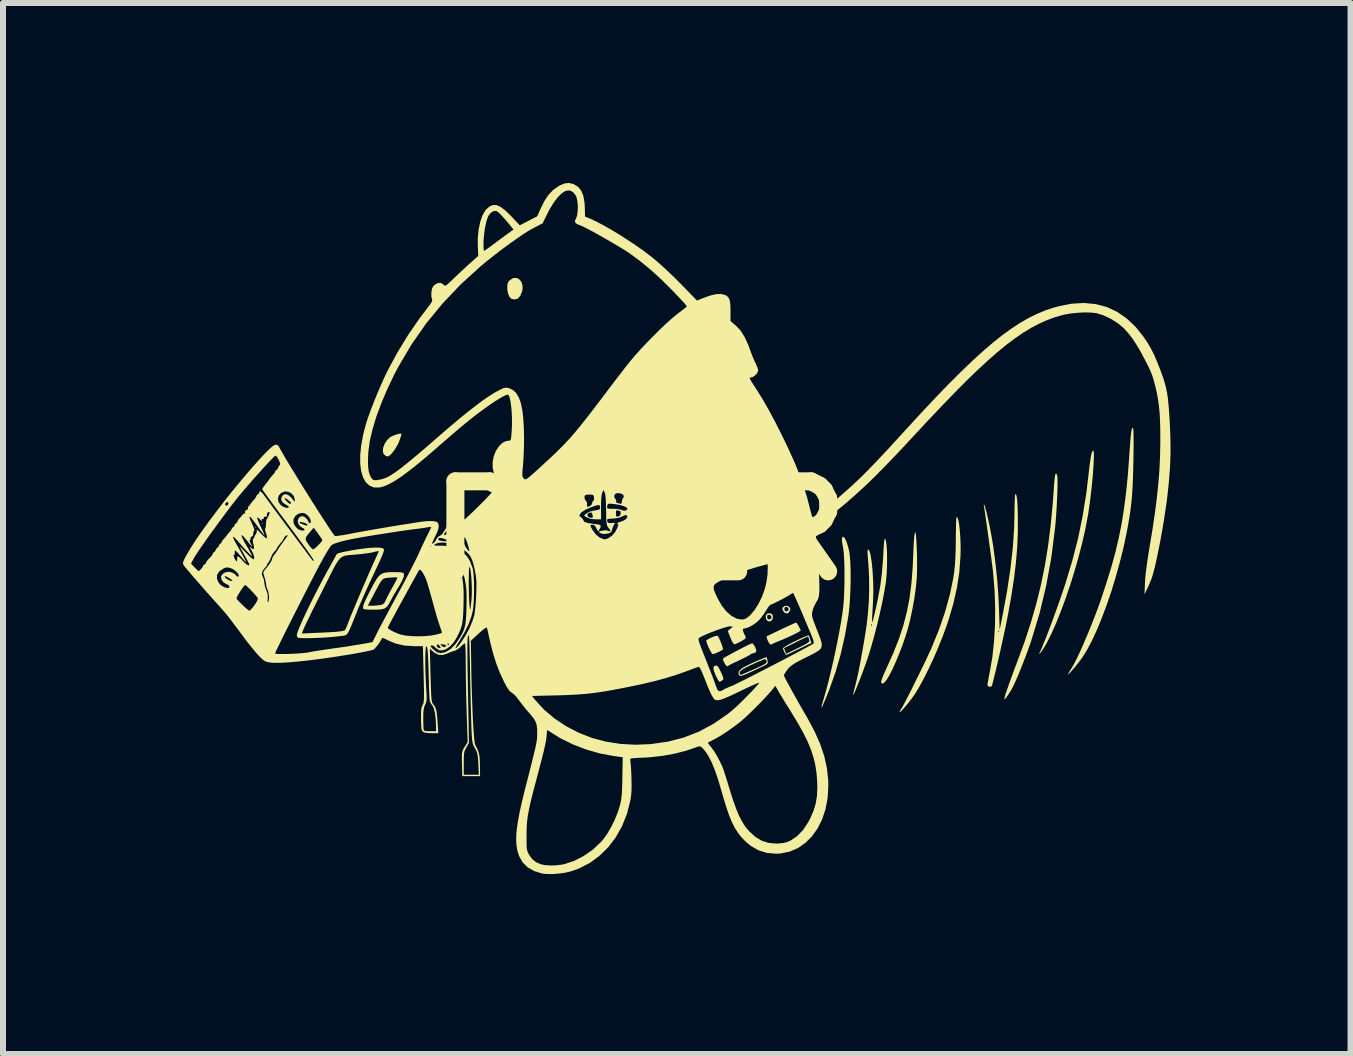
<source format=kicad_pcb>
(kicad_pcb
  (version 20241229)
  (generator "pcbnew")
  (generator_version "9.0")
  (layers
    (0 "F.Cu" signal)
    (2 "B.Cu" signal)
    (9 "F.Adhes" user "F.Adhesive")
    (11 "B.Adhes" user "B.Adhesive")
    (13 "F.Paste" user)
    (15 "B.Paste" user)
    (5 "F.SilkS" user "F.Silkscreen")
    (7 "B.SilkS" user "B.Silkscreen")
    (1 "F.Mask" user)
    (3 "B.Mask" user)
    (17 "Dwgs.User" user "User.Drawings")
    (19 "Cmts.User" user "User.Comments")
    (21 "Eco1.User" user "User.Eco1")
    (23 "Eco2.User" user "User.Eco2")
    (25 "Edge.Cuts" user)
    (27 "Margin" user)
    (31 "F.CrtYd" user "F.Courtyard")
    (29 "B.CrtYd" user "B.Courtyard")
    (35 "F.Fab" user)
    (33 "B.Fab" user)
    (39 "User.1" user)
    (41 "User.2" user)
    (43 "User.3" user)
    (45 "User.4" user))
  (footprint "PETER"
    (layer "F.Cu")
    (at 7.613 5.796)
    (property "Reference" "PETER" (at 0 0 0) (layer "F.SilkS") (effects (font (size 1.5 1.5) (thickness 0.3))))
    (attr board_only exclude_from_pos_files exclude_from_bom)
    (fp_poly (pts (xy -6.391 -0.058) (xy -6.399 -0.049) (xy -6.408 -0.058) (xy -6.399 -0.066)) (stroke (width 0) (type solid)) (fill yes) (layer "F.SilkS"))
    (fp_poly (pts (xy -6.276 -0.124) (xy -6.284 -0.115) (xy -6.292 -0.124) (xy -6.284 -0.132)) (stroke (width 0) (type solid)) (fill yes) (layer "F.SilkS"))
    (fp_poly (pts (xy -2.011 -4.194) (xy -1.975 -4.153) (xy -1.954 -4.096) (xy -1.952 -4.027) (xy -1.959 -3.99) (xy -1.99 -3.914) (xy -2.031 -3.868) (xy -2.083 -3.853) (xy -2.138 -3.865) (xy -2.167 -3.893) (xy -2.191 -3.944) (xy -2.205 -4.01) (xy -2.207 -4.052) (xy -2.204 -4.108) (xy -2.191 -4.145) (xy -2.164 -4.176) (xy -2.11 -4.21) (xy -2.058 -4.214)) (stroke (width 0) (type solid)) (fill yes) (layer "F.SilkS"))
    (fp_poly (pts (xy 1.3 2.26) (xy 1.326 2.297) (xy 1.357 2.362) (xy 1.382 2.42) (xy 1.394 2.455) (xy 1.395 2.476) (xy 1.385 2.49) (xy 1.375 2.498) (xy 1.346 2.515) (xy 1.33 2.52) (xy 1.317 2.506) (xy 1.296 2.47) (xy 1.27 2.417) (xy 1.266 2.409) (xy 1.238 2.336) (xy 1.23 2.286) (xy 1.242 2.258) (xy 1.274 2.248) (xy 1.277 2.248)) (stroke (width 0) (type solid)) (fill yes) (layer "F.SilkS"))
    (fp_poly (pts (xy 2.189 1.38) (xy 2.217 1.408) (xy 2.224 1.44) (xy 2.213 1.483) (xy 2.185 1.509) (xy 2.152 1.514) (xy 2.121 1.496) (xy 2.108 1.474) (xy 2.101 1.429) (xy 2.125 1.429) (xy 2.13 1.461) (xy 2.136 1.472) (xy 2.163 1.481) (xy 2.189 1.467) (xy 2.199 1.441) (xy 2.185 1.412) (xy 2.162 1.403) (xy 2.133 1.406) (xy 2.125 1.429) (xy 2.101 1.429) (xy 2.1 1.423) (xy 2.119 1.39) (xy 2.146 1.378)) (stroke (width 0) (type solid)) (fill yes) (layer "F.SilkS"))
    (fp_poly (pts (xy -3.973 -1.616) (xy -3.97 -1.612) (xy -3.974 -1.594) (xy -3.986 -1.555) (xy -3.995 -1.524) (xy -4.019 -1.462) (xy -4.054 -1.397) (xy -4.094 -1.335) (xy -4.134 -1.284) (xy -4.172 -1.249) (xy -4.2 -1.236) (xy -4.203 -1.237) (xy -4.221 -1.243) (xy -4.233 -1.247) (xy -4.267 -1.276) (xy -4.281 -1.322) (xy -4.276 -1.38) (xy -4.254 -1.442) (xy -4.216 -1.502) (xy -4.164 -1.554) (xy -4.163 -1.555) (xy -4.129 -1.574) (xy -4.084 -1.593) (xy -4.037 -1.608) (xy -3.996 -1.617)) (stroke (width 0) (type solid)) (fill yes) (layer "F.SilkS"))
    (fp_poly (pts (xy 1.302 1.757) (xy 1.319 1.783) (xy 1.34 1.827) (xy 1.361 1.879) (xy 1.379 1.929) (xy 1.389 1.966) (xy 1.389 1.981) (xy 1.369 1.996) (xy 1.331 2.016) (xy 1.284 2.037) (xy 1.242 2.053) (xy 1.217 2.059) (xy 1.202 2.045) (xy 1.18 2.008) (xy 1.154 1.957) (xy 1.152 1.951) (xy 1.129 1.897) (xy 1.114 1.854) (xy 1.11 1.832) (xy 1.11 1.831) (xy 1.128 1.818) (xy 1.167 1.796) (xy 1.202 1.779) (xy 1.26 1.756) (xy 1.294 1.753)) (stroke (width 0) (type solid)) (fill yes) (layer "F.SilkS"))
    (fp_poly (pts (xy 2.494 1.27) (xy 2.512 1.299) (xy 2.509 1.328) (xy 2.482 1.37) (xy 2.448 1.382) (xy 2.411 1.363) (xy 2.395 1.342) (xy 2.378 1.308) (xy 2.378 1.307) (xy 2.411 1.307) (xy 2.422 1.334) (xy 2.446 1.348) (xy 2.452 1.347) (xy 2.478 1.329) (xy 2.484 1.313) (xy 2.476 1.286) (xy 2.451 1.271) (xy 2.423 1.277) (xy 2.42 1.28) (xy 2.411 1.307) (xy 2.378 1.307) (xy 2.383 1.284) (xy 2.389 1.277) (xy 2.423 1.254) (xy 2.461 1.253)) (stroke (width 0) (type solid)) (fill yes) (layer "F.SilkS"))
    (fp_poly (pts (xy 2.622 1.545) (xy 2.642 1.576) (xy 2.663 1.614) (xy 2.68 1.647) (xy 2.685 1.663) (xy 2.671 1.676) (xy 2.632 1.699) (xy 2.574 1.729) (xy 2.503 1.763) (xy 2.425 1.798) (xy 2.345 1.832) (xy 2.323 1.841) (xy 2.266 1.864) (xy 2.22 1.885) (xy 2.196 1.898) (xy 2.196 1.898) (xy 2.177 1.897) (xy 2.154 1.868) (xy 2.141 1.844) (xy 2.123 1.801) (xy 2.117 1.77) (xy 2.119 1.762) (xy 2.137 1.752) (xy 2.178 1.732) (xy 2.237 1.704) (xy 2.306 1.671) (xy 2.381 1.635) (xy 2.454 1.601) (xy 2.519 1.571) (xy 2.571 1.548) (xy 2.603 1.534) (xy 2.611 1.532)) (stroke (width 0) (type solid)) (fill yes) (layer "F.SilkS"))
    (fp_poly (pts (xy 1.894 1.891) (xy 1.917 1.925) (xy 1.926 1.941) (xy 1.945 1.994) (xy 1.938 2.028) (xy 1.905 2.042) (xy 1.896 2.043) (xy 1.864 2.053) (xy 1.846 2.065) (xy 1.821 2.081) (xy 1.773 2.106) (xy 1.71 2.138) (xy 1.647 2.168) (xy 1.578 2.2) (xy 1.52 2.229) (xy 1.48 2.251) (xy 1.464 2.262) (xy 1.451 2.258) (xy 1.429 2.231) (xy 1.418 2.214) (xy 1.397 2.173) (xy 1.389 2.141) (xy 1.389 2.135) (xy 1.405 2.122) (xy 1.445 2.098) (xy 1.502 2.066) (xy 1.57 2.029) (xy 1.644 1.99) (xy 1.717 1.952) (xy 1.783 1.919) (xy 1.836 1.894) (xy 1.87 1.88) (xy 1.878 1.878)) (stroke (width 0) (type solid)) (fill yes) (layer "F.SilkS"))
    (fp_poly (pts (xy 4.6 0.037) (xy 4.607 0.082) (xy 4.613 0.159) (xy 4.619 0.269) (xy 4.62 0.302) (xy 4.624 0.414) (xy 4.625 0.529) (xy 4.625 0.637) (xy 4.623 0.729) (xy 4.621 0.778) (xy 4.606 0.941) (xy 4.581 1.121) (xy 4.548 1.305) (xy 4.511 1.481) (xy 4.472 1.631) (xy 4.431 1.766) (xy 4.383 1.905) (xy 4.33 2.043) (xy 4.276 2.174) (xy 4.223 2.293) (xy 4.173 2.394) (xy 4.128 2.471) (xy 4.109 2.498) (xy 4.072 2.539) (xy 4.046 2.551) (xy 4.028 2.535) (xy 4.025 2.529) (xy 4.029 2.506) (xy 4.044 2.459) (xy 4.07 2.395) (xy 4.103 2.32) (xy 4.115 2.294) (xy 4.227 2.045) (xy 4.32 1.811) (xy 4.395 1.585) (xy 4.454 1.358) (xy 4.499 1.126) (xy 4.531 0.88) (xy 4.552 0.613) (xy 4.56 0.425) (xy 4.566 0.284) (xy 4.572 0.172) (xy 4.579 0.092) (xy 4.586 0.042) (xy 4.593 0.023)) (stroke (width 0) (type solid)) (fill yes) (layer "F.SilkS"))
    (fp_poly (pts (xy 2.824 1.749) (xy 2.833 1.78) (xy 2.846 1.822) (xy 2.863 1.873) (xy 2.663 1.969) (xy 2.588 2.005) (xy 2.525 2.036) (xy 2.478 2.058) (xy 2.453 2.07) (xy 2.451 2.071) (xy 2.437 2.063) (xy 2.417 2.033) (xy 2.414 2.028) (xy 2.397 1.99) (xy 2.389 1.963) (xy 2.388 1.962) (xy 2.391 1.959) (xy 2.407 1.959) (xy 2.425 2.006) (xy 2.443 2.053) (xy 2.64 1.957) (xy 2.719 1.917) (xy 2.773 1.889) (xy 2.807 1.868) (xy 2.824 1.852) (xy 2.829 1.836) (xy 2.826 1.818) (xy 2.825 1.816) (xy 2.815 1.781) (xy 2.809 1.766) (xy 2.793 1.771) (xy 2.754 1.788) (xy 2.696 1.815) (xy 2.625 1.85) (xy 2.606 1.86) (xy 2.407 1.959) (xy 2.391 1.959) (xy 2.402 1.948) (xy 2.439 1.924) (xy 2.492 1.893) (xy 2.557 1.86) (xy 2.626 1.826) (xy 2.693 1.794) (xy 2.752 1.769) (xy 2.797 1.752) (xy 2.821 1.748)) (stroke (width 0) (type solid)) (fill yes) (layer "F.SilkS"))
    (fp_poly (pts (xy 6.949 -0.947) (xy 6.962 -0.911) (xy 6.965 -0.875) (xy 6.967 -0.812) (xy 6.966 -0.726) (xy 6.963 -0.623) (xy 6.958 -0.509) (xy 6.952 -0.388) (xy 6.944 -0.266) (xy 6.935 -0.148) (xy 6.926 -0.048) (xy 6.864 0.442) (xy 6.777 0.92) (xy 6.666 1.382) (xy 6.532 1.824) (xy 6.505 1.903) (xy 6.459 2.032) (xy 6.409 2.163) (xy 6.359 2.29) (xy 6.311 2.408) (xy 6.266 2.512) (xy 6.227 2.595) (xy 6.196 2.653) (xy 6.194 2.657) (xy 6.15 2.727) (xy 6.114 2.778) (xy 6.09 2.806) (xy 6.079 2.809) (xy 6.079 2.807) (xy 6.084 2.78) (xy 6.1 2.726) (xy 6.126 2.65) (xy 6.159 2.553) (xy 6.2 2.441) (xy 6.245 2.317) (xy 6.295 2.185) (xy 6.298 2.177) (xy 6.419 1.848) (xy 6.523 1.53) (xy 6.613 1.217) (xy 6.69 0.905) (xy 6.755 0.588) (xy 6.808 0.259) (xy 6.852 -0.086) (xy 6.887 -0.453) (xy 6.91 -0.778) (xy 6.918 -0.868) (xy 6.927 -0.926) (xy 6.937 -0.953)) (stroke (width 0) (type solid)) (fill yes) (layer "F.SilkS"))
    (fp_poly (pts (xy 7.57 -1.319) (xy 7.573 -1.274) (xy 7.572 -1.206) (xy 7.568 -1.117) (xy 7.561 -1.012) (xy 7.552 -0.895) (xy 7.54 -0.77) (xy 7.526 -0.641) (xy 7.511 -0.513) (xy 7.494 -0.389) (xy 7.477 -0.273) (xy 7.469 -0.231) (xy 7.429 -0.019) (xy 7.378 0.204) (xy 7.318 0.435) (xy 7.251 0.67) (xy 7.179 0.902) (xy 7.102 1.128) (xy 7.023 1.342) (xy 6.944 1.54) (xy 6.865 1.717) (xy 6.788 1.869) (xy 6.755 1.927) (xy 6.721 1.981) (xy 6.692 2.023) (xy 6.671 2.049) (xy 6.661 2.056) (xy 6.664 2.041) (xy 6.679 2.011) (xy 6.702 1.96) (xy 6.734 1.883) (xy 6.774 1.785) (xy 6.818 1.669) (xy 6.866 1.542) (xy 6.916 1.407) (xy 6.965 1.269) (xy 7.013 1.133) (xy 7.057 1.005) (xy 7.096 0.888) (xy 7.098 0.883) (xy 7.214 0.497) (xy 7.31 0.124) (xy 7.386 -0.248) (xy 7.447 -0.629) (xy 7.478 -0.889) (xy 7.494 -1.029) (xy 7.508 -1.138) (xy 7.52 -1.22) (xy 7.532 -1.278) (xy 7.544 -1.314) (xy 7.556 -1.332) (xy 7.563 -1.334)) (stroke (width 0) (type solid)) (fill yes) (layer "F.SilkS"))
    (fp_poly (pts (xy 3.409 0.112) (xy 3.432 0.149) (xy 3.456 0.206) (xy 3.478 0.279) (xy 3.495 0.354) (xy 3.506 0.438) (xy 3.513 0.547) (xy 3.517 0.676) (xy 3.518 0.817) (xy 3.515 0.964) (xy 3.508 1.11) (xy 3.499 1.248) (xy 3.486 1.371) (xy 3.478 1.433) (xy 3.42 1.762) (xy 3.35 2.067) (xy 3.266 2.356) (xy 3.166 2.638) (xy 3.138 2.71) (xy 3.099 2.806) (xy 3.07 2.874) (xy 3.051 2.919) (xy 3.039 2.943) (xy 3.033 2.949) (xy 3.031 2.942) (xy 3.031 2.941) (xy 3.035 2.921) (xy 3.047 2.877) (xy 3.064 2.818) (xy 3.071 2.794) (xy 3.113 2.647) (xy 3.157 2.478) (xy 3.201 2.295) (xy 3.245 2.103) (xy 3.285 1.91) (xy 3.322 1.722) (xy 3.354 1.546) (xy 3.379 1.389) (xy 3.395 1.268) (xy 3.403 1.176) (xy 3.409 1.064) (xy 3.413 0.94) (xy 3.415 0.81) (xy 3.415 0.68) (xy 3.413 0.558) (xy 3.408 0.449) (xy 3.402 0.36) (xy 3.394 0.297) (xy 3.394 0.296) (xy 3.379 0.214) (xy 3.372 0.158) (xy 3.374 0.124) (xy 3.383 0.107) (xy 3.389 0.103)) (stroke (width 0) (type solid)) (fill yes) (layer "F.SilkS"))
    (fp_poly (pts (xy 2.116 2.111) (xy 2.123 2.129) (xy 2.132 2.166) (xy 2.132 2.169) (xy 2.137 2.197) (xy 2.131 2.216) (xy 2.11 2.234) (xy 2.068 2.256) (xy 2.039 2.27) (xy 1.926 2.323) (xy 1.84 2.363) (xy 1.775 2.392) (xy 1.729 2.41) (xy 1.698 2.42) (xy 1.679 2.422) (xy 1.668 2.419) (xy 1.665 2.416) (xy 1.645 2.378) (xy 1.646 2.375) (xy 1.664 2.375) (xy 1.675 2.394) (xy 1.687 2.405) (xy 1.688 2.405) (xy 1.703 2.399) (xy 1.742 2.382) (xy 1.8 2.357) (xy 1.87 2.327) (xy 1.874 2.325) (xy 1.969 2.283) (xy 2.036 2.251) (xy 2.081 2.227) (xy 2.107 2.208) (xy 2.118 2.192) (xy 2.118 2.175) (xy 2.116 2.17) (xy 2.1 2.146) (xy 2.09 2.141) (xy 2.068 2.148) (xy 2.024 2.166) (xy 1.965 2.191) (xy 1.899 2.221) (xy 1.832 2.252) (xy 1.773 2.281) (xy 1.728 2.304) (xy 1.719 2.31) (xy 1.676 2.343) (xy 1.664 2.375) (xy 1.646 2.375) (xy 1.657 2.339) (xy 1.702 2.297) (xy 1.734 2.277) (xy 1.782 2.252) (xy 1.844 2.222) (xy 1.912 2.191) (xy 1.979 2.162) (xy 2.04 2.136) (xy 2.087 2.118) (xy 2.113 2.111)) (stroke (width 0) (type solid)) (fill yes) (layer "F.SilkS"))
    (fp_poly (pts (xy 5.3 -0.215) (xy 5.314 -0.171) (xy 5.326 -0.104) (xy 5.336 -0.017) (xy 5.344 0.083) (xy 5.349 0.193) (xy 5.351 0.308) (xy 5.349 0.422) (xy 5.348 0.437) (xy 5.329 0.694) (xy 5.29 0.95) (xy 5.231 1.212) (xy 5.15 1.488) (xy 5.119 1.581) (xy 5.054 1.758) (xy 4.981 1.94) (xy 4.903 2.122) (xy 4.821 2.298) (xy 4.74 2.46) (xy 4.661 2.605) (xy 4.589 2.724) (xy 4.578 2.74) (xy 4.538 2.796) (xy 4.493 2.855) (xy 4.446 2.912) (xy 4.403 2.963) (xy 4.367 3.002) (xy 4.342 3.024) (xy 4.333 3.025) (xy 4.341 3.003) (xy 4.362 2.969) (xy 4.363 2.968) (xy 4.382 2.937) (xy 4.412 2.881) (xy 4.452 2.804) (xy 4.5 2.711) (xy 4.553 2.606) (xy 4.608 2.494) (xy 4.665 2.379) (xy 4.72 2.267) (xy 4.771 2.16) (xy 4.816 2.064) (xy 4.853 1.984) (xy 4.864 1.96) (xy 4.987 1.659) (xy 5.09 1.36) (xy 5.171 1.07) (xy 5.228 0.794) (xy 5.246 0.67) (xy 5.257 0.566) (xy 5.264 0.435) (xy 5.269 0.287) (xy 5.271 0.127) (xy 5.271 0.123) (xy 5.272 0.018) (xy 5.274 -0.075) (xy 5.276 -0.149) (xy 5.28 -0.202) (xy 5.284 -0.229) (xy 5.286 -0.231)) (stroke (width 0) (type solid)) (fill yes) (layer "F.SilkS"))
    (fp_poly (pts (xy 8.229 -1.697) (xy 8.232 -1.647) (xy 8.234 -1.565) (xy 8.235 -1.45) (xy 8.233 -1.302) (xy 8.232 -1.174) (xy 8.227 -0.975) (xy 8.221 -0.802) (xy 8.213 -0.649) (xy 8.202 -0.509) (xy 8.187 -0.374) (xy 8.168 -0.239) (xy 8.143 -0.096) (xy 8.119 0.033) (xy 8.068 0.275) (xy 8.007 0.52) (xy 7.939 0.765) (xy 7.866 1.005) (xy 7.787 1.236) (xy 7.705 1.455) (xy 7.622 1.657) (xy 7.538 1.838) (xy 7.456 1.994) (xy 7.381 2.112) (xy 7.347 2.159) (xy 7.307 2.211) (xy 7.264 2.265) (xy 7.222 2.314) (xy 7.185 2.356) (xy 7.157 2.385) (xy 7.142 2.397) (xy 7.143 2.388) (xy 7.158 2.362) (xy 7.185 2.318) (xy 7.21 2.278) (xy 7.247 2.213) (xy 7.293 2.121) (xy 7.346 2.009) (xy 7.403 1.879) (xy 7.463 1.739) (xy 7.523 1.592) (xy 7.582 1.443) (xy 7.637 1.298) (xy 7.686 1.161) (xy 7.694 1.139) (xy 7.785 0.861) (xy 7.865 0.602) (xy 7.932 0.356) (xy 7.989 0.115) (xy 8.037 -0.127) (xy 8.076 -0.376) (xy 8.11 -0.638) (xy 8.138 -0.919) (xy 8.161 -1.227) (xy 8.162 -1.244) (xy 8.172 -1.382) (xy 8.18 -1.49) (xy 8.187 -1.573) (xy 8.194 -1.633) (xy 8.2 -1.673) (xy 8.207 -1.698) (xy 8.215 -1.71) (xy 8.224 -1.713)) (stroke (width 0) (type solid)) (fill yes) (layer "F.SilkS"))
    (fp_poly (pts (xy -4.015 0.693) (xy -3.97 0.696) (xy -3.945 0.703) (xy -3.933 0.714) (xy -3.929 0.724) (xy -3.931 0.763) (xy -3.954 0.825) (xy -4 0.909) (xy -4.046 0.984) (xy -4.085 1.049) (xy -4.127 1.123) (xy -4.15 1.168) (xy -4.185 1.231) (xy -4.217 1.274) (xy -4.256 1.299) (xy -4.308 1.313) (xy -4.382 1.317) (xy -4.432 1.318) (xy -4.501 1.317) (xy -4.557 1.314) (xy -4.593 1.31) (xy -4.601 1.307) (xy -4.61 1.29) (xy -4.609 1.262) (xy -4.606 1.252) (xy -4.532 1.252) (xy -4.461 1.252) (xy -4.397 1.249) (xy -4.335 1.242) (xy -4.326 1.241) (xy -4.286 1.231) (xy -4.26 1.211) (xy -4.238 1.172) (xy -4.231 1.155) (xy -4.208 1.107) (xy -4.174 1.042) (xy -4.135 0.97) (xy -4.115 0.935) (xy -4.081 0.873) (xy -4.055 0.823) (xy -4.041 0.79) (xy -4.04 0.781) (xy -4.06 0.778) (xy -4.103 0.779) (xy -4.161 0.783) (xy -4.166 0.783) (xy -4.208 0.787) (xy -4.241 0.792) (xy -4.266 0.801) (xy -4.289 0.818) (xy -4.313 0.848) (xy -4.341 0.894) (xy -4.377 0.96) (xy -4.425 1.05) (xy -4.438 1.075) (xy -4.532 1.252) (xy -4.606 1.252) (xy -4.597 1.221) (xy -4.572 1.162) (xy -4.534 1.082) (xy -4.485 0.987) (xy -4.432 0.887) (xy -4.388 0.812) (xy -4.35 0.76) (xy -4.311 0.725) (xy -4.266 0.705) (xy -4.21 0.695) (xy -4.139 0.692) (xy -4.086 0.692)) (stroke (width 0) (type solid)) (fill yes) (layer "F.SilkS"))
    (fp_poly (pts (xy 4.099 0.147) (xy 4.11 0.191) (xy 4.117 0.257) (xy 4.123 0.34) (xy 4.125 0.436) (xy 4.125 0.54) (xy 4.122 0.646) (xy 4.116 0.748) (xy 4.107 0.843) (xy 4.104 0.865) (xy 4.079 1.018) (xy 4.045 1.195) (xy 4.003 1.386) (xy 3.956 1.584) (xy 3.904 1.782) (xy 3.85 1.97) (xy 3.806 2.113) (xy 3.781 2.184) (xy 3.752 2.266) (xy 3.72 2.354) (xy 3.686 2.444) (xy 3.652 2.53) (xy 3.621 2.607) (xy 3.595 2.671) (xy 3.574 2.717) (xy 3.562 2.741) (xy 3.559 2.741) (xy 3.562 2.719) (xy 3.573 2.671) (xy 3.589 2.606) (xy 3.608 2.533) (xy 3.627 2.45) (xy 3.651 2.341) (xy 3.676 2.212) (xy 3.702 2.07) (xy 3.728 1.923) (xy 3.753 1.775) (xy 3.775 1.634) (xy 3.784 1.572) (xy 3.856 1.572) (xy 3.859 1.593) (xy 3.864 1.593) (xy 3.868 1.571) (xy 3.866 1.562) (xy 3.858 1.556) (xy 3.856 1.572) (xy 3.784 1.572) (xy 3.788 1.54) (xy 3.808 1.363) (xy 3.821 1.169) (xy 3.827 0.97) (xy 3.825 0.779) (xy 3.819 0.651) (xy 3.813 0.561) (xy 3.807 0.479) (xy 3.802 0.414) (xy 3.8 0.372) (xy 3.799 0.362) (xy 3.801 0.324) (xy 3.811 0.313) (xy 3.825 0.328) (xy 3.84 0.366) (xy 3.85 0.404) (xy 3.87 0.531) (xy 3.884 0.681) (xy 3.893 0.846) (xy 3.896 1.016) (xy 3.891 1.183) (xy 3.887 1.252) (xy 3.882 1.342) (xy 3.877 1.42) (xy 3.875 1.48) (xy 3.875 1.517) (xy 3.876 1.526) (xy 3.883 1.517) (xy 3.894 1.479) (xy 3.911 1.412) (xy 3.933 1.315) (xy 3.961 1.187) (xy 3.971 1.139) (xy 4.012 0.92) (xy 4.04 0.697) (xy 4.059 0.458) (xy 4.062 0.391) (xy 4.067 0.303) (xy 4.072 0.228) (xy 4.078 0.171) (xy 4.084 0.138) (xy 4.087 0.132)) (stroke (width 0) (type solid)) (fill yes) (layer "F.SilkS"))
    (fp_poly (pts (xy 6.274 -0.603) (xy 6.283 -0.581) (xy 6.29 -0.54) (xy 6.296 -0.477) (xy 6.301 -0.389) (xy 6.304 -0.273) (xy 6.305 -0.215) (xy 6.305 0.025) (xy 6.295 0.27) (xy 6.274 0.524) (xy 6.242 0.792) (xy 6.198 1.079) (xy 6.143 1.389) (xy 6.12 1.507) (xy 6.1 1.605) (xy 6.076 1.715) (xy 6.05 1.835) (xy 6.023 1.959) (xy 5.995 2.084) (xy 5.967 2.204) (xy 5.941 2.315) (xy 5.917 2.413) (xy 5.897 2.494) (xy 5.882 2.553) (xy 5.872 2.586) (xy 5.87 2.59) (xy 5.847 2.603) (xy 5.818 2.599) (xy 5.799 2.58) (xy 5.798 2.573) (xy 5.801 2.546) (xy 5.81 2.495) (xy 5.823 2.426) (xy 5.839 2.347) (xy 5.88 2.109) (xy 5.908 1.847) (xy 5.918 1.68) (xy 5.979 1.68) (xy 5.985 1.694) (xy 5.99 1.691) (xy 5.992 1.672) (xy 5.99 1.669) (xy 5.981 1.671) (xy 5.979 1.68) (xy 5.918 1.68) (xy 5.924 1.57) (xy 5.927 1.284) (xy 5.917 0.998) (xy 5.894 0.717) (xy 5.89 0.675) (xy 5.881 0.604) (xy 5.869 0.513) (xy 5.855 0.405) (xy 5.839 0.288) (xy 5.822 0.164) (xy 5.805 0.041) (xy 5.789 -0.078) (xy 5.773 -0.186) (xy 5.76 -0.28) (xy 5.749 -0.353) (xy 5.741 -0.401) (xy 5.739 -0.412) (xy 5.735 -0.437) (xy 5.743 -0.433) (xy 5.746 -0.428) (xy 5.758 -0.398) (xy 5.774 -0.341) (xy 5.793 -0.263) (xy 5.814 -0.17) (xy 5.836 -0.067) (xy 5.857 0.041) (xy 5.876 0.147) (xy 5.892 0.246) (xy 5.896 0.272) (xy 5.934 0.56) (xy 5.962 0.83) (xy 5.981 1.095) (xy 5.991 1.318) (xy 6.002 1.655) (xy 6.056 1.384) (xy 6.128 0.993) (xy 6.182 0.628) (xy 6.221 0.284) (xy 6.243 -0.04) (xy 6.249 -0.284) (xy 6.25 -0.384) (xy 6.252 -0.471) (xy 6.255 -0.541) (xy 6.258 -0.588) (xy 6.261 -0.609) (xy 6.262 -0.609)) (stroke (width 0) (type solid)) (fill yes) (layer "F.SilkS"))
    (fp_poly (pts (xy -4.337 0.283) (xy -4.285 0.293) (xy -4.266 0.305) (xy -4.262 0.317) (xy -4.265 0.338) (xy -4.276 0.373) (xy -4.296 0.424) (xy -4.326 0.494) (xy -4.369 0.586) (xy -4.424 0.704) (xy -4.436 0.729) (xy -4.493 0.851) (xy -4.551 0.977) (xy -4.606 1.101) (xy -4.656 1.214) (xy -4.697 1.31) (xy -4.716 1.359) (xy -4.763 1.477) (xy -4.799 1.567) (xy -4.828 1.635) (xy -4.85 1.683) (xy -4.869 1.714) (xy -4.886 1.734) (xy -4.904 1.744) (xy -4.924 1.749) (xy -4.946 1.753) (xy -5.031 1.763) (xy -5.13 1.773) (xy -5.237 1.781) (xy -5.345 1.787) (xy -5.448 1.791) (xy -5.541 1.793) (xy -5.618 1.792) (xy -5.672 1.789) (xy -5.695 1.785) (xy -5.712 1.763) (xy -5.716 1.742) (xy -5.71 1.715) (xy -5.633 1.715) (xy -5.415 1.705) (xy -5.318 1.701) (xy -5.218 1.696) (xy -5.127 1.691) (xy -5.062 1.687) (xy -4.997 1.68) (xy -4.946 1.671) (xy -4.915 1.661) (xy -4.912 1.658) (xy -4.898 1.633) (xy -4.879 1.588) (xy -4.86 1.54) (xy -4.838 1.482) (xy -4.805 1.4) (xy -4.763 1.299) (xy -4.715 1.185) (xy -4.664 1.063) (xy -4.611 0.939) (xy -4.559 0.819) (xy -4.511 0.708) (xy -4.469 0.612) (xy -4.435 0.537) (xy -4.43 0.526) (xy -4.398 0.457) (xy -4.372 0.399) (xy -4.354 0.359) (xy -4.349 0.343) (xy -4.363 0.341) (xy -4.398 0.348) (xy -4.423 0.355) (xy -4.47 0.366) (xy -4.54 0.377) (xy -4.622 0.388) (xy -4.691 0.395) (xy -4.768 0.402) (xy -4.83 0.406) (xy -4.882 0.412) (xy -4.924 0.421) (xy -4.96 0.438) (xy -4.993 0.463) (xy -5.025 0.5) (xy -5.059 0.553) (xy -5.098 0.622) (xy -5.144 0.712) (xy -5.2 0.825) (xy -5.27 0.963) (xy -5.282 0.988) (xy -5.347 1.117) (xy -5.408 1.239) (xy -5.465 1.352) (xy -5.513 1.452) (xy -5.553 1.533) (xy -5.581 1.593) (xy -5.597 1.628) (xy -5.633 1.715) (xy -5.71 1.715) (xy -5.708 1.708) (xy -5.687 1.649) (xy -5.653 1.568) (xy -5.609 1.469) (xy -5.556 1.356) (xy -5.497 1.233) (xy -5.432 1.104) (xy -5.364 0.971) (xy -5.295 0.839) (xy -5.227 0.712) (xy -5.16 0.593) (xy -5.156 0.585) (xy -5.118 0.517) (xy -5.085 0.458) (xy -5.063 0.416) (xy -5.054 0.396) (xy -5.038 0.384) (xy -4.996 0.369) (xy -4.926 0.353) (xy -4.826 0.333) (xy -4.792 0.327) (xy -4.647 0.304) (xy -4.521 0.289) (xy -4.416 0.282)) (stroke (width 0) (type solid)) (fill yes) (layer "F.SilkS"))
    (fp_poly (pts (xy -1.105 -5.778) (xy -1.099 -5.776) (xy -1.026 -5.731) (xy -0.973 -5.666) (xy -0.937 -5.577) (xy -0.918 -5.463) (xy -0.914 -5.389) (xy -0.91 -5.235) (xy -0.817 -5.197) (xy -0.724 -5.154) (xy -0.61 -5.094) (xy -0.481 -5.021) (xy -0.344 -4.939) (xy -0.204 -4.849) (xy -0.066 -4.758) (xy 0.063 -4.667) (xy 0.178 -4.58) (xy 0.206 -4.558) (xy 0.285 -4.492) (xy 0.379 -4.409) (xy 0.48 -4.315) (xy 0.582 -4.218) (xy 0.676 -4.124) (xy 0.688 -4.112) (xy 0.956 -3.836) (xy 1.061 -3.878) (xy 1.178 -3.92) (xy 1.273 -3.942) (xy 1.352 -3.945) (xy 1.399 -3.937) (xy 1.445 -3.919) (xy 1.478 -3.891) (xy 1.499 -3.848) (xy 1.511 -3.784) (xy 1.515 -3.695) (xy 1.515 -3.659) (xy 1.515 -3.494) (xy 1.608 -3.415) (xy 1.684 -3.333) (xy 1.753 -3.223) (xy 1.816 -3.084) (xy 1.853 -2.981) (xy 1.878 -2.914) (xy 1.91 -2.838) (xy 1.93 -2.797) (xy 1.954 -2.742) (xy 1.971 -2.696) (xy 1.977 -2.671) (xy 1.963 -2.632) (xy 1.93 -2.592) (xy 1.888 -2.562) (xy 1.856 -2.553) (xy 1.842 -2.551) (xy 1.837 -2.543) (xy 1.842 -2.524) (xy 1.86 -2.491) (xy 1.892 -2.44) (xy 1.941 -2.366) (xy 1.95 -2.351) (xy 2.047 -2.197) (xy 2.151 -2.015) (xy 2.262 -1.808) (xy 2.377 -1.58) (xy 2.479 -1.367) (xy 2.58 -1.145) (xy 2.664 -0.939) (xy 2.734 -0.741) (xy 2.795 -0.541) (xy 2.843 -0.354) (xy 2.858 -0.296) (xy 2.872 -0.25) (xy 2.882 -0.226) (xy 2.883 -0.226) (xy 2.902 -0.228) (xy 2.944 -0.253) (xy 3.007 -0.298) (xy 3.09 -0.363) (xy 3.191 -0.446) (xy 3.31 -0.547) (xy 3.363 -0.593) (xy 3.45 -0.669) (xy 3.531 -0.742) (xy 3.61 -0.815) (xy 3.689 -0.89) (xy 3.77 -0.971) (xy 3.857 -1.06) (xy 3.953 -1.159) (xy 4.06 -1.273) (xy 4.181 -1.403) (xy 4.318 -1.553) (xy 4.442 -1.688) (xy 4.696 -1.965) (xy 4.932 -2.216) (xy 5.151 -2.443) (xy 5.356 -2.647) (xy 5.546 -2.83) (xy 5.725 -2.993) (xy 5.893 -3.137) (xy 6.052 -3.263) (xy 6.204 -3.373) (xy 6.349 -3.467) (xy 6.49 -3.548) (xy 6.629 -3.616) (xy 6.766 -3.672) (xy 6.903 -3.718) (xy 6.98 -3.739) (xy 7.199 -3.783) (xy 7.406 -3.795) (xy 7.602 -3.777) (xy 7.786 -3.729) (xy 7.958 -3.649) (xy 8.119 -3.538) (xy 8.268 -3.397) (xy 8.399 -3.234) (xy 8.465 -3.136) (xy 8.522 -3.038) (xy 8.576 -2.933) (xy 8.628 -2.811) (xy 8.685 -2.666) (xy 8.691 -2.649) (xy 8.725 -2.556) (xy 8.751 -2.472) (xy 8.773 -2.393) (xy 8.79 -2.312) (xy 8.804 -2.223) (xy 8.815 -2.12) (xy 8.825 -1.997) (xy 8.835 -1.848) (xy 8.837 -1.821) (xy 8.848 -1.562) (xy 8.851 -1.319) (xy 8.843 -1.077) (xy 8.824 -0.826) (xy 8.804 -0.63) (xy 8.787 -0.487) (xy 8.764 -0.331) (xy 8.739 -0.167) (xy 8.711 0.000288) (xy 8.681 0.165) (xy 8.65 0.323) (xy 8.62 0.469) (xy 8.591 0.597) (xy 8.564 0.702) (xy 8.542 0.777) (xy 8.52 0.834) (xy 8.491 0.904) (xy 8.466 0.958) (xy 8.417 1.062) (xy 8.424 0.873) (xy 8.43 0.779) (xy 8.443 0.658) (xy 8.462 0.517) (xy 8.486 0.363) (xy 8.497 0.296) (xy 8.548 -0.011) (xy 8.59 -0.293) (xy 8.623 -0.552) (xy 8.648 -0.795) (xy 8.666 -1.026) (xy 8.676 -1.25) (xy 8.68 -1.472) (xy 8.68 -1.515) (xy 8.679 -1.692) (xy 8.675 -1.841) (xy 8.668 -1.971) (xy 8.656 -2.088) (xy 8.64 -2.197) (xy 8.62 -2.307) (xy 8.598 -2.401) (xy 8.572 -2.5) (xy 8.546 -2.584) (xy 8.514 -2.665) (xy 8.472 -2.754) (xy 8.433 -2.83) (xy 8.354 -2.979) (xy 8.282 -3.101) (xy 8.214 -3.204) (xy 8.148 -3.29) (xy 8.079 -3.366) (xy 8.07 -3.376) (xy 7.97 -3.459) (xy 7.852 -3.533) (xy 7.728 -3.591) (xy 7.615 -3.625) (xy 7.529 -3.635) (xy 7.421 -3.638) (xy 7.303 -3.632) (xy 7.185 -3.62) (xy 7.078 -3.601) (xy 7.045 -3.593) (xy 6.916 -3.555) (xy 6.789 -3.508) (xy 6.662 -3.451) (xy 6.532 -3.383) (xy 6.4 -3.303) (xy 6.262 -3.209) (xy 6.117 -3.1) (xy 5.964 -2.975) (xy 5.802 -2.833) (xy 5.628 -2.672) (xy 5.441 -2.491) (xy 5.24 -2.288) (xy 5.023 -2.063) (xy 4.788 -1.815) (xy 4.61 -1.623) (xy 4.423 -1.422) (xy 4.256 -1.244) (xy 4.103 -1.086) (xy 3.964 -0.944) (xy 3.835 -0.817) (xy 3.713 -0.702) (xy 3.595 -0.595) (xy 3.48 -0.494) (xy 3.41 -0.434) (xy 3.312 -0.354) (xy 3.217 -0.279) (xy 3.128 -0.211) (xy 3.049 -0.154) (xy 2.986 -0.11) (xy 2.941 -0.084) (xy 2.928 -0.078) (xy 2.923 -0.06) (xy 2.925 -0.012) (xy 2.933 0.061) (xy 2.938 0.091) (xy 2.949 0.173) (xy 2.959 0.277) (xy 2.97 0.396) (xy 2.979 0.524) (xy 2.986 0.653) (xy 2.992 0.775) (xy 2.996 0.884) (xy 2.997 0.973) (xy 2.995 1.019) (xy 2.988 1.09) (xy 2.974 1.141) (xy 2.951 1.183) (xy 2.947 1.188) (xy 2.919 1.238) (xy 2.893 1.301) (xy 2.885 1.33) (xy 2.876 1.365) (xy 2.873 1.395) (xy 2.875 1.425) (xy 2.885 1.464) (xy 2.903 1.517) (xy 2.932 1.592) (xy 2.945 1.626) (xy 2.988 1.736) (xy 3.019 1.819) (xy 3.035 1.882) (xy 3.035 1.931) (xy 3.017 1.97) (xy 2.979 2.004) (xy 2.918 2.04) (xy 2.834 2.084) (xy 2.769 2.116) (xy 2.674 2.164) (xy 2.603 2.202) (xy 2.552 2.234) (xy 2.514 2.262) (xy 2.485 2.29) (xy 2.464 2.316) (xy 2.432 2.361) (xy 2.411 2.396) (xy 2.405 2.412) (xy 2.413 2.433) (xy 2.436 2.481) (xy 2.474 2.551) (xy 2.524 2.642) (xy 2.585 2.752) (xy 2.655 2.877) (xy 2.734 3.015) (xy 2.796 3.121) (xy 2.916 3.346) (xy 3.01 3.557) (xy 3.078 3.76) (xy 3.122 3.959) (xy 3.144 4.158) (xy 3.146 4.259) (xy 3.134 4.458) (xy 3.099 4.643) (xy 3.043 4.812) (xy 2.967 4.964) (xy 2.873 5.096) (xy 2.763 5.206) (xy 2.639 5.292) (xy 2.501 5.351) (xy 2.352 5.382) (xy 2.273 5.386) (xy 2.119 5.372) (xy 1.979 5.328) (xy 1.851 5.254) (xy 1.768 5.185) (xy 1.7 5.115) (xy 1.641 5.04) (xy 1.587 4.956) (xy 1.538 4.858) (xy 1.49 4.743) (xy 1.443 4.605) (xy 1.393 4.44) (xy 1.369 4.357) (xy 1.312 4.162) (xy 1.256 3.998) (xy 1.201 3.863) (xy 1.145 3.754) (xy 1.088 3.67) (xy 1.039 3.616) (xy 1.015 3.599) (xy 0.992 3.596) (xy 0.956 3.607) (xy 0.94 3.613) (xy 0.772 3.67) (xy 0.582 3.718) (xy 0.378 3.755) (xy 0.171 3.778) (xy 0.069 3.784) (xy -0.024 3.788) (xy -0.088 3.792) (xy -0.128 3.796) (xy -0.15 3.802) (xy -0.159 3.81) (xy -0.158 3.822) (xy -0.156 3.828) (xy -0.152 3.856) (xy -0.147 3.911) (xy -0.142 3.984) (xy -0.138 4.071) (xy -0.137 4.11) (xy -0.134 4.229) (xy -0.135 4.324) (xy -0.141 4.406) (xy -0.152 4.482) (xy -0.156 4.503) (xy -0.211 4.721) (xy -0.292 4.924) (xy -0.396 5.109) (xy -0.521 5.275) (xy -0.666 5.418) (xy -0.828 5.538) (xy -1.006 5.63) (xy -1.156 5.683) (xy -1.25 5.704) (xy -1.355 5.718) (xy -1.461 5.725) (xy -1.557 5.724) (xy -1.626 5.716) (xy -1.76 5.674) (xy -1.868 5.612) (xy -1.952 5.528) (xy -2.011 5.422) (xy -2.041 5.324) (xy -2.053 5.245) (xy -2.058 5.158) (xy -2.056 5.082) (xy -1.885 5.082) (xy -1.885 5.178) (xy -1.884 5.248) (xy -1.881 5.298) (xy -1.874 5.334) (xy -1.864 5.363) (xy -1.85 5.392) (xy -1.845 5.401) (xy -1.791 5.476) (xy -1.725 5.528) (xy -1.654 5.559) (xy -1.582 5.576) (xy -1.489 5.582) (xy -1.388 5.579) (xy -1.288 5.566) (xy -1.256 5.559) (xy -1.093 5.506) (xy -0.933 5.424) (xy -0.783 5.32) (xy -0.651 5.197) (xy -0.61 5.151) (xy -0.542 5.057) (xy -0.475 4.942) (xy -0.413 4.815) (xy -0.362 4.688) (xy -0.328 4.579) (xy -0.315 4.522) (xy -0.305 4.462) (xy -0.298 4.395) (xy -0.293 4.314) (xy -0.29 4.211) (xy -0.288 4.109) (xy -0.282 3.778) (xy -0.428 3.758) (xy -0.659 3.715) (xy -0.891 3.649) (xy -1.116 3.562) (xy -1.324 3.459) (xy -1.461 3.374) (xy -1.502 3.347) (xy -1.531 3.33) (xy -1.539 3.327) (xy -1.545 3.342) (xy -1.548 3.379) (xy -1.549 3.397) (xy -1.552 3.439) (xy -1.56 3.497) (xy -1.575 3.573) (xy -1.597 3.67) (xy -1.627 3.79) (xy -1.665 3.937) (xy -1.711 4.112) (xy -1.718 4.138) (xy -1.762 4.304) (xy -1.798 4.443) (xy -1.826 4.56) (xy -1.847 4.661) (xy -1.863 4.749) (xy -1.874 4.83) (xy -1.881 4.909) (xy -1.884 4.99) (xy -1.885 5.079) (xy -1.885 5.082) (xy -2.056 5.082) (xy -2.056 5.062) (xy -2.045 4.951) (xy -2.025 4.823) (xy -1.997 4.675) (xy -1.958 4.504) (xy -1.91 4.305) (xy -1.891 4.233) (xy -1.848 4.065) (xy -1.812 3.924) (xy -1.784 3.81) (xy -1.761 3.717) (xy -1.743 3.642) (xy -1.73 3.583) (xy -1.721 3.537) (xy -1.715 3.498) (xy -1.711 3.466) (xy -1.709 3.435) (xy -1.708 3.403) (xy -1.708 3.401) (xy -1.708 3.308) (xy -1.717 3.237) (xy -1.738 3.177) (xy -1.775 3.118) (xy -1.833 3.049) (xy -1.838 3.043) (xy -1.896 2.977) (xy -1.953 2.905) (xy -2.002 2.841) (xy -2.014 2.825) (xy -2.055 2.771) (xy -2.07 2.756) (xy -1.794 2.756) (xy -1.745 2.819) (xy -1.596 2.981) (xy -1.422 3.129) (xy -1.226 3.26) (xy -1.014 3.37) (xy -0.791 3.457) (xy -0.562 3.517) (xy -0.315 3.556) (xy -0.071 3.569) (xy 0.183 3.559) (xy 0.189 3.558) (xy 0.354 3.534) (xy 1.139 3.534) (xy 1.145 3.549) (xy 1.168 3.58) (xy 1.191 3.608) (xy 1.238 3.671) (xy 1.289 3.755) (xy 1.338 3.847) (xy 1.379 3.936) (xy 1.394 3.973) (xy 1.407 4.011) (xy 1.427 4.075) (xy 1.453 4.157) (xy 1.482 4.251) (xy 1.509 4.34) (xy 1.562 4.506) (xy 1.612 4.644) (xy 1.66 4.758) (xy 1.709 4.852) (xy 1.761 4.933) (xy 1.818 5.002) (xy 1.823 5.008) (xy 1.927 5.104) (xy 2.035 5.169) (xy 2.151 5.206) (xy 2.281 5.217) (xy 2.306 5.216) (xy 2.393 5.208) (xy 2.462 5.19) (xy 2.514 5.168) (xy 2.624 5.094) (xy 2.724 4.991) (xy 2.81 4.861) (xy 2.841 4.802) (xy 2.898 4.672) (xy 2.935 4.55) (xy 2.956 4.424) (xy 2.962 4.285) (xy 2.96 4.185) (xy 2.949 4.044) (xy 2.929 3.911) (xy 2.898 3.781) (xy 2.855 3.649) (xy 2.798 3.511) (xy 2.724 3.363) (xy 2.633 3.2) (xy 2.522 3.018) (xy 2.495 2.973) (xy 2.442 2.889) (xy 2.392 2.808) (xy 2.349 2.738) (xy 2.317 2.684) (xy 2.306 2.664) (xy 2.262 2.586) (xy 2.207 2.656) (xy 2.156 2.715) (xy 2.088 2.79) (xy 2.007 2.874) (xy 1.922 2.96) (xy 1.837 3.043) (xy 1.76 3.116) (xy 1.696 3.172) (xy 1.688 3.179) (xy 1.581 3.262) (xy 1.467 3.343) (xy 1.355 3.416) (xy 1.256 3.473) (xy 1.235 3.484) (xy 1.187 3.508) (xy 1.152 3.527) (xy 1.139 3.534) (xy 0.354 3.534) (xy 0.471 3.518) (xy 0.737 3.449) (xy 0.99 3.35) (xy 1.232 3.22) (xy 1.464 3.06) (xy 1.536 3.002) (xy 1.583 2.961) (xy 1.641 2.907) (xy 1.706 2.844) (xy 1.773 2.777) (xy 1.838 2.711) (xy 1.897 2.649) (xy 1.945 2.597) (xy 1.978 2.558) (xy 1.993 2.536) (xy 1.993 2.534) (xy 1.979 2.538) (xy 1.94 2.553) (xy 1.88 2.58) (xy 1.803 2.615) (xy 1.715 2.657) (xy 1.693 2.668) (xy 1.573 2.725) (xy 1.479 2.768) (xy 1.407 2.799) (xy 1.353 2.818) (xy 1.312 2.827) (xy 1.282 2.827) (xy 1.259 2.82) (xy 1.255 2.819) (xy 1.233 2.797) (xy 1.205 2.752) (xy 1.171 2.681) (xy 1.129 2.583) (xy 1.079 2.456) (xy 1.069 2.432) (xy 1.037 2.352) (xy 1.01 2.298) (xy 0.991 2.272) (xy 0.985 2.27) (xy 0.962 2.278) (xy 0.915 2.294) (xy 0.85 2.318) (xy 0.772 2.347) (xy 0.745 2.357) (xy 0.594 2.41) (xy 0.436 2.458) (xy 0.264 2.505) (xy 0.072 2.551) (xy -0.144 2.597) (xy -0.247 2.618) (xy -0.425 2.652) (xy -0.578 2.679) (xy -0.716 2.7) (xy -0.845 2.716) (xy -0.975 2.728) (xy -1.112 2.736) (xy -1.266 2.743) (xy -1.379 2.746) (xy -1.794 2.756) (xy -2.07 2.756) (xy -2.097 2.727) (xy -2.132 2.701) (xy -2.159 2.682) (xy -2.188 2.647) (xy -2.222 2.593) (xy -2.264 2.514) (xy -2.264 2.512) (xy -2.33 2.371) (xy -2.386 2.226) (xy -2.437 2.068) (xy -2.483 1.891) (xy -2.501 1.814) (xy 0.982 1.814) (xy 0.987 1.841) (xy 1 1.883) (xy 1.021 1.942) (xy 1.053 2.022) (xy 1.095 2.128) (xy 1.12 2.191) (xy 1.16 2.293) (xy 1.198 2.391) (xy 1.232 2.478) (xy 1.258 2.548) (xy 1.274 2.594) (xy 1.276 2.599) (xy 1.297 2.652) (xy 1.321 2.676) (xy 1.354 2.674) (xy 1.405 2.647) (xy 1.408 2.645) (xy 1.442 2.628) (xy 1.493 2.606) (xy 1.536 2.589) (xy 1.566 2.576) (xy 1.621 2.549) (xy 1.696 2.512) (xy 1.788 2.466) (xy 1.894 2.412) (xy 2.009 2.353) (xy 2.131 2.29) (xy 2.255 2.226) (xy 2.378 2.162) (xy 2.496 2.1) (xy 2.606 2.042) (xy 2.704 1.99) (xy 2.787 1.946) (xy 2.85 1.911) (xy 2.89 1.888) (xy 2.904 1.879) (xy 2.904 1.859) (xy 2.892 1.817) (xy 2.871 1.761) (xy 2.861 1.736) (xy 2.828 1.658) (xy 2.789 1.566) (xy 2.752 1.478) (xy 2.743 1.458) (xy 2.711 1.38) (xy 2.676 1.299) (xy 2.642 1.22) (xy 2.61 1.148) (xy 2.584 1.09) (xy 2.567 1.052) (xy 2.56 1.04) (xy 2.545 1.045) (xy 2.514 1.063) (xy 2.509 1.067) (xy 2.475 1.088) (xy 2.423 1.117) (xy 2.362 1.15) (xy 2.3 1.182) (xy 2.244 1.21) (xy 2.201 1.229) (xy 2.181 1.236) (xy 2.165 1.249) (xy 2.139 1.284) (xy 2.109 1.33) (xy 2.069 1.392) (xy 2.024 1.453) (xy 1.995 1.487) (xy 1.944 1.534) (xy 1.881 1.577) (xy 1.817 1.611) (xy 1.762 1.629) (xy 1.745 1.631) (xy 1.724 1.638) (xy 1.72 1.66) (xy 1.735 1.704) (xy 1.757 1.75) (xy 1.768 1.775) (xy 1.766 1.793) (xy 1.747 1.812) (xy 1.705 1.837) (xy 1.693 1.844) (xy 1.642 1.871) (xy 1.6 1.889) (xy 1.581 1.894) (xy 1.56 1.879) (xy 1.534 1.834) (xy 1.512 1.783) (xy 1.469 1.672) (xy 1.511 1.637) (xy 1.554 1.603) (xy 1.513 1.595) (xy 1.483 1.598) (xy 1.429 1.612) (xy 1.359 1.634) (xy 1.279 1.662) (xy 1.197 1.693) (xy 1.118 1.725) (xy 1.05 1.756) (xy 1.025 1.769) (xy 1.006 1.778) (xy 0.992 1.786) (xy 0.984 1.796) (xy 0.982 1.814) (xy -2.501 1.814) (xy -2.513 1.763) (xy -2.526 1.7) (xy -2.538 1.649) (xy -2.546 1.619) (xy -2.546 1.617) (xy -2.561 1.617) (xy -2.596 1.64) (xy -2.648 1.684) (xy -2.684 1.716) (xy -2.814 1.837) (xy -2.808 2.191) (xy -2.805 2.397) (xy -2.8 2.594) (xy -2.794 2.782) (xy -2.788 2.956) (xy -2.781 3.114) (xy -2.774 3.253) (xy -2.766 3.371) (xy -2.758 3.465) (xy -2.75 3.532) (xy -2.742 3.57) (xy -2.74 3.574) (xy -2.707 3.636) (xy -2.685 3.692) (xy -2.671 3.753) (xy -2.665 3.828) (xy -2.662 3.912) (xy -2.66 4.093) (xy -2.808 4.093) (xy -2.957 4.093) (xy -2.961 3.888) (xy -2.962 3.878) (xy -2.932 3.878) (xy -2.932 4.069) (xy -2.806 4.069) (xy -2.68 4.069) (xy -2.689 3.888) (xy -2.694 3.805) (xy -2.7 3.746) (xy -2.71 3.702) (xy -2.724 3.665) (xy -2.745 3.629) (xy -2.763 3.596) (xy -2.777 3.564) (xy -2.786 3.528) (xy -2.793 3.48) (xy -2.798 3.413) (xy -2.803 3.321) (xy -2.803 3.311) (xy -2.806 3.24) (xy -2.809 3.142) (xy -2.812 3.021) (xy -2.816 2.884) (xy -2.819 2.734) (xy -2.823 2.577) (xy -2.826 2.418) (xy -2.826 2.39) (xy -2.829 2.22) (xy -2.832 2.08) (xy -2.835 1.968) (xy -2.838 1.881) (xy -2.841 1.818) (xy -2.845 1.776) (xy -2.849 1.751) (xy -2.853 1.743) (xy -2.859 1.748) (xy -2.863 1.763) (xy -2.867 1.791) (xy -2.869 1.835) (xy -2.871 1.895) (xy -2.872 1.976) (xy -2.871 2.078) (xy -2.87 2.205) (xy -2.868 2.36) (xy -2.864 2.543) (xy -2.862 2.663) (xy -2.845 3.539) (xy -2.888 3.613) (xy -2.907 3.648) (xy -2.92 3.68) (xy -2.927 3.719) (xy -2.931 3.771) (xy -2.932 3.846) (xy -2.932 3.878) (xy -2.962 3.878) (xy -2.963 3.803) (xy -2.963 3.743) (xy -2.959 3.7) (xy -2.951 3.668) (xy -2.938 3.639) (xy -2.917 3.605) (xy -2.916 3.604) (xy -2.867 3.524) (xy -2.883 3.059) (xy -2.887 2.913) (xy -2.891 2.755) (xy -2.894 2.595) (xy -2.897 2.443) (xy -2.898 2.307) (xy -2.899 2.236) (xy -2.899 2.131) (xy -2.901 2.039) (xy -2.904 1.963) (xy -2.907 1.909) (xy -2.911 1.881) (xy -2.912 1.878) (xy -2.931 1.889) (xy -2.962 1.916) (xy -2.981 1.935) (xy -3.024 1.971) (xy -3.068 1.997) (xy -3.082 2.002) (xy -3.127 2.016) (xy -3.181 2.037) (xy -3.194 2.044) (xy -3.276 2.072) (xy -3.348 2.071) (xy -3.414 2.04) (xy -3.437 2.022) (xy -3.497 1.969) (xy -3.486 2.413) (xy -3.482 2.547) (xy -3.478 2.652) (xy -3.475 2.732) (xy -3.471 2.79) (xy -3.466 2.831) (xy -3.46 2.859) (xy -3.453 2.877) (xy -3.443 2.89) (xy -3.443 2.891) (xy -3.418 2.923) (xy -3.4 2.961) (xy -3.387 3.012) (xy -3.377 3.082) (xy -3.369 3.179) (xy -3.368 3.192) (xy -3.356 3.377) (xy -3.453 3.377) (xy -3.534 3.374) (xy -3.587 3.365) (xy -3.619 3.348) (xy -3.633 3.324) (xy -3.638 3.295) (xy -3.641 3.241) (xy -3.644 3.171) (xy -3.644 3.143) (xy -3.607 3.143) (xy -3.606 3.217) (xy -3.604 3.278) (xy -3.6 3.319) (xy -3.596 3.333) (xy -3.575 3.339) (xy -3.532 3.343) (xy -3.489 3.344) (xy -3.393 3.344) (xy -3.394 3.266) (xy -3.4 3.139) (xy -3.413 3.034) (xy -3.434 2.954) (xy -3.462 2.903) (xy -3.464 2.902) (xy -3.476 2.888) (xy -3.486 2.873) (xy -3.494 2.853) (xy -3.5 2.824) (xy -3.504 2.782) (xy -3.507 2.722) (xy -3.51 2.64) (xy -3.513 2.533) (xy -3.516 2.438) (xy -3.52 2.292) (xy -3.524 2.177) (xy -3.528 2.088) (xy -3.532 2.022) (xy -3.537 1.976) (xy -3.543 1.947) (xy -3.55 1.932) (xy -3.559 1.927) (xy -3.559 1.927) (xy -3.565 1.943) (xy -3.569 1.987) (xy -3.572 2.054) (xy -3.573 2.139) (xy -3.573 2.238) (xy -3.571 2.345) (xy -3.567 2.457) (xy -3.562 2.568) (xy -3.559 2.618) (xy -3.553 2.71) (xy -3.551 2.775) (xy -3.552 2.821) (xy -3.557 2.854) (xy -3.566 2.882) (xy -3.576 2.902) (xy -3.591 2.938) (xy -3.6 2.982) (xy -3.606 3.041) (xy -3.607 3.123) (xy -3.607 3.143) (xy -3.644 3.143) (xy -3.644 3.121) (xy -3.644 3.036) (xy -3.64 2.977) (xy -3.631 2.937) (xy -3.618 2.908) (xy -3.618 2.908) (xy -3.609 2.893) (xy -3.603 2.873) (xy -3.599 2.845) (xy -3.596 2.805) (xy -3.595 2.748) (xy -3.595 2.671) (xy -3.597 2.57) (xy -3.6 2.441) (xy -3.601 2.396) (xy -3.613 1.927) (xy -3.754 1.927) (xy -3.843 1.921) (xy -3.484 1.921) (xy -3.482 1.934) (xy -3.459 1.96) (xy -3.437 1.982) (xy -3.381 2.026) (xy -3.325 2.042) (xy -3.26 2.032) (xy -3.223 2.018) (xy -3.148 1.971) (xy -3.073 1.894) (xy -3 1.789) (xy -3 1.789) (xy -2.964 1.727) (xy -2.937 1.671) (xy -2.918 1.616) (xy -2.904 1.555) (xy -2.896 1.48) (xy -2.89 1.386) (xy -2.887 1.268) (xy -2.885 1.155) (xy -2.885 1.067) (xy -2.888 0.994) (xy -2.894 0.93) (xy -2.904 0.866) (xy -2.909 0.842) (xy -2.849 0.842) (xy -2.848 0.95) (xy -2.846 1.053) (xy -2.843 1.145) (xy -2.838 1.221) (xy -2.833 1.277) (xy -2.828 1.309) (xy -2.823 1.313) (xy -2.819 1.295) (xy -2.814 1.252) (xy -2.807 1.191) (xy -2.803 1.15) (xy -2.798 1.066) (xy -2.797 0.971) (xy -2.8 0.872) (xy -2.806 0.777) (xy -2.814 0.695) (xy -2.824 0.633) (xy -2.832 0.608) (xy -2.838 0.603) (xy -2.843 0.624) (xy -2.846 0.674) (xy -2.848 0.753) (xy -2.849 0.842) (xy -2.909 0.842) (xy -2.915 0.807) (xy -2.934 0.729) (xy -2.959 0.642) (xy -2.989 0.554) (xy -3.019 0.471) (xy -3.05 0.398) (xy -3.076 0.343) (xy -3.098 0.313) (xy -3.101 0.31) (xy -3.134 0.295) (xy -3.146 0.304) (xy -3.136 0.334) (xy -3.113 0.37) (xy -3.054 0.478) (xy -3.003 0.612) (xy -2.963 0.767) (xy -2.956 0.801) (xy -2.945 0.868) (xy -2.938 0.939) (xy -2.934 1.019) (xy -2.934 1.118) (xy -2.936 1.242) (xy -2.936 1.243) (xy -2.94 1.361) (xy -2.945 1.452) (xy -2.954 1.525) (xy -2.966 1.587) (xy -2.985 1.645) (xy -3.011 1.705) (xy -3.046 1.776) (xy -3.047 1.779) (xy -3.1 1.864) (xy -3.161 1.93) (xy -3.225 1.975) (xy -3.287 1.996) (xy -3.345 1.992) (xy -3.393 1.96) (xy -3.4 1.953) (xy -3.436 1.921) (xy -3.384 1.921) (xy -3.37 1.943) (xy -3.344 1.958) (xy -3.332 1.96) (xy -3.316 1.956) (xy -3.323 1.939) (xy -3.329 1.931) (xy -3.348 1.906) (xy -3.355 1.897) (xy -3.369 1.898) (xy -3.376 1.902) (xy -3.384 1.921) (xy -3.436 1.921) (xy -3.438 1.919) (xy -3.468 1.914) (xy -3.484 1.921) (xy -3.843 1.921) (xy -3.925 1.915) (xy -4.006 1.896) (xy -3.321 1.896) (xy -3.319 1.905) (xy -3.302 1.918) (xy -3.276 1.937) (xy -3.261 1.942) (xy -3.241 1.935) (xy -3.237 1.933) (xy -3.222 1.92) (xy -3.234 1.907) (xy -3.266 1.897) (xy -3.293 1.895) (xy -3.321 1.896) (xy -4.006 1.896) (xy -4.04 1.888) (xy -3.206 1.888) (xy -3.204 1.894) (xy -3.189 1.91) (xy -3.186 1.911) (xy -3.179 1.898) (xy -3.179 1.894) (xy -3.192 1.878) (xy -3.197 1.878) (xy -3.206 1.888) (xy -4.04 1.888) (xy -4.077 1.879) (xy -4.2 1.826) (xy -4.247 1.802) (xy -4.281 1.79) (xy -4.295 1.791) (xy -4.314 1.83) (xy -4.346 1.88) (xy -4.383 1.929) (xy -4.418 1.968) (xy -4.434 1.982) (xy -4.46 1.991) (xy -4.514 2.004) (xy -4.591 2.02) (xy -4.686 2.038) (xy -4.794 2.058) (xy -4.892 2.074) (xy -5.114 2.109) (xy -5.324 2.139) (xy -5.519 2.163) (xy -5.695 2.182) (xy -5.851 2.196) (xy -5.983 2.203) (xy -6.088 2.204) (xy -6.154 2.2) (xy -6.204 2.191) (xy -6.242 2.178) (xy -6.278 2.154) (xy -6.322 2.113) (xy -6.341 2.095) (xy -6.383 2.049) (xy -6.384 2.047) (xy -6.078 2.047) (xy -6.063 2.053) (xy -6.021 2.056) (xy -5.959 2.057) (xy -5.883 2.056) (xy -5.8 2.053) (xy -5.716 2.049) (xy -5.636 2.043) (xy -5.569 2.037) (xy -5.519 2.03) (xy -5.509 2.027) (xy -5.473 2.02) (xy -5.41 2.009) (xy -5.326 1.996) (xy -5.228 1.981) (xy -5.121 1.966) (xy -5.089 1.961) (xy -4.974 1.945) (xy -4.86 1.928) (xy -4.755 1.911) (xy -4.667 1.897) (xy -4.602 1.886) (xy -4.595 1.885) (xy -4.453 1.858) (xy -4.383 1.716) (xy -4.358 1.667) (xy -4.334 1.62) (xy -4.2 1.62) (xy -4.186 1.636) (xy -4.15 1.66) (xy -4.099 1.686) (xy -4.041 1.712) (xy -3.989 1.731) (xy -3.91 1.748) (xy -3.81 1.758) (xy -3.697 1.762) (xy -3.582 1.759) (xy -3.475 1.748) (xy -3.409 1.736) (xy -3.353 1.723) (xy -3.312 1.71) (xy -3.295 1.702) (xy -3.294 1.701) (xy -3.3 1.683) (xy -3.313 1.641) (xy -3.333 1.586) (xy -3.336 1.576) (xy -3.355 1.519) (xy -3.38 1.439) (xy -3.407 1.344) (xy -3.435 1.243) (xy -3.45 1.187) (xy -3.477 1.089) (xy -3.504 0.994) (xy -3.528 0.911) (xy -3.548 0.847) (xy -3.557 0.821) (xy -3.585 0.756) (xy -3.615 0.702) (xy -3.643 0.665) (xy -3.665 0.65) (xy -3.673 0.654) (xy -3.684 0.671) (xy -3.708 0.713) (xy -3.742 0.775) (xy -3.786 0.853) (xy -3.835 0.943) (xy -3.889 1.042) (xy -3.945 1.144) (xy -4.001 1.246) (xy -4.054 1.344) (xy -4.102 1.433) (xy -4.143 1.509) (xy -4.174 1.569) (xy -4.194 1.607) (xy -4.2 1.62) (xy -4.334 1.62) (xy -4.319 1.593) (xy -4.27 1.5) (xy -4.212 1.392) (xy -4.149 1.274) (xy -4.082 1.15) (xy -4.039 1.071) (xy -3.97 0.944) (xy -3.903 0.818) (xy -3.841 0.699) (xy -3.785 0.59) (xy -3.738 0.497) (xy -3.703 0.426) (xy -3.689 0.395) (xy -3.649 0.307) (xy -3.625 0.255) (xy -3.492 0.255) (xy -3.484 0.264) (xy -3.476 0.255) (xy -3.484 0.247) (xy -3.492 0.255) (xy -3.625 0.255) (xy -3.619 0.243) (xy -3.422 0.243) (xy -3.395 0.25) (xy -3.336 0.251) (xy -3.306 0.25) (xy -3.172 0.259) (xy -3.05 0.297) (xy -2.943 0.366) (xy -2.934 0.373) (xy -2.873 0.436) (xy -2.827 0.512) (xy -2.79 0.609) (xy -2.782 0.634) (xy -2.772 0.69) (xy -2.765 0.77) (xy -2.761 0.868) (xy -2.76 0.977) (xy -2.762 1.087) (xy -2.766 1.193) (xy -2.774 1.286) (xy -2.781 1.334) (xy -2.807 1.439) (xy -2.853 1.561) (xy -2.918 1.693) (xy -2.997 1.829) (xy -3.021 1.866) (xy -3.055 1.922) (xy -3.069 1.954) (xy -3.066 1.962) (xy -3.046 1.946) (xy -3.011 1.908) (xy -2.971 1.855) (xy -2.903 1.751) (xy -2.841 1.635) (xy -2.791 1.519) (xy -2.758 1.415) (xy -2.756 1.408) (xy -2.748 1.355) (xy -2.739 1.279) (xy -2.731 1.188) (xy -2.725 1.091) (xy -2.724 1.062) (xy -2.721 0.958) (xy -2.721 0.941) (xy 1.232 0.941) (xy 1.238 0.984) (xy 1.261 1.045) (xy 1.3 1.128) (xy 1.369 1.25) (xy 1.447 1.348) (xy 1.531 1.421) (xy 1.618 1.467) (xy 1.701 1.482) (xy 1.741 1.478) (xy 1.778 1.462) (xy 1.821 1.429) (xy 1.844 1.407) (xy 1.912 1.329) (xy 1.978 1.226) (xy 2.037 1.108) (xy 2.083 0.983) (xy 2.091 0.955) (xy 2.106 0.894) (xy 2.119 0.823) (xy 2.13 0.749) (xy 2.137 0.679) (xy 2.141 0.619) (xy 2.141 0.577) (xy 2.135 0.56) (xy 2.134 0.56) (xy 2.115 0.564) (xy 2.07 0.576) (xy 2.006 0.593) (xy 1.931 0.614) (xy 1.922 0.617) (xy 1.781 0.66) (xy 1.64 0.709) (xy 1.506 0.762) (xy 1.39 0.814) (xy 1.312 0.854) (xy 1.269 0.882) (xy 1.242 0.909) (xy 1.232 0.941) (xy -2.721 0.941) (xy -2.72 0.876) (xy -2.724 0.809) (xy -2.731 0.746) (xy -2.744 0.679) (xy -2.748 0.655) (xy -2.771 0.558) (xy -2.793 0.486) (xy -2.818 0.433) (xy -2.849 0.39) (xy -2.89 0.351) (xy -2.895 0.347) (xy -2.981 0.288) (xy -3.078 0.242) (xy -3.177 0.211) (xy -3.273 0.198) (xy -3.355 0.204) (xy -3.381 0.212) (xy -3.418 0.23) (xy -3.422 0.243) (xy -3.619 0.243) (xy -3.605 0.213) (xy -3.564 0.127) (xy -3.544 0.087) (xy -3.514 0.026) (xy -3.491 -0.023) (xy -3.477 -0.053) (xy -3.476 -0.059) (xy -3.489 -0.064) (xy -3.513 -0.06) (xy -3.543 -0.054) (xy -3.598 -0.045) (xy -3.671 -0.035) (xy -3.752 -0.025) (xy -3.756 -0.024) (xy -3.829 -0.015) (xy -3.927 -0.001) (xy -4.044 0.016) (xy -4.173 0.036) (xy -4.307 0.057) (xy -4.423 0.075) (xy -4.603 0.105) (xy -4.754 0.132) (xy -4.877 0.157) (xy -4.974 0.181) (xy -5.05 0.203) (xy -5.106 0.225) (xy -5.133 0.24) (xy -5.152 0.261) (xy -5.183 0.306) (xy -5.222 0.371) (xy -5.268 0.45) (xy -5.316 0.538) (xy -5.317 0.539) (xy -5.359 0.617) (xy -5.409 0.713) (xy -5.466 0.823) (xy -5.528 0.944) (xy -5.594 1.072) (xy -5.661 1.205) (xy -5.729 1.339) (xy -5.795 1.47) (xy -5.859 1.596) (xy -5.917 1.713) (xy -5.969 1.817) (xy -6.012 1.906) (xy -6.046 1.976) (xy -6.069 2.024) (xy -6.078 2.047) (xy -6.078 2.047) (xy -6.384 2.047) (xy -6.438 1.983) (xy -6.502 1.905) (xy -6.567 1.821) (xy -6.604 1.771) (xy -6.687 1.659) (xy -6.754 1.57) (xy -6.808 1.498) (xy -6.853 1.439) (xy -6.893 1.389) (xy -6.932 1.344) (xy -6.972 1.298) (xy -7.017 1.248) (xy -7.043 1.219) (xy -7.123 1.13) (xy -7.125 1.128) (xy -6.721 1.128) (xy -6.709 1.147) (xy -6.68 1.18) (xy -6.639 1.221) (xy -6.594 1.264) (xy -6.552 1.301) (xy -6.52 1.327) (xy -6.505 1.334) (xy -6.489 1.323) (xy -6.463 1.297) (xy -6.433 1.259) (xy -6.399 1.21) (xy -6.392 1.198) (xy -6.37 1.158) (xy -6.364 1.134) (xy -6.373 1.113) (xy -6.385 1.099) (xy -6.424 1.053) (xy -6.469 1.005) (xy -6.512 0.961) (xy -6.549 0.926) (xy -6.572 0.907) (xy -6.575 0.906) (xy -6.591 0.919) (xy -6.617 0.952) (xy -6.648 0.997) (xy -6.679 1.046) (xy -6.705 1.09) (xy -6.719 1.121) (xy -6.721 1.128) (xy -7.125 1.128) (xy -7.206 1.037) (xy -7.289 0.943) (xy -7.368 0.852) (xy -7.415 0.798) (xy -7.047 0.798) (xy -7.025 0.857) (xy -6.997 0.894) (xy -6.957 0.925) (xy -6.914 0.947) (xy -6.874 0.957) (xy -6.846 0.952) (xy -6.836 0.932) (xy -6.85 0.912) (xy -6.885 0.893) (xy -6.891 0.89) (xy -6.94 0.861) (xy -6.971 0.816) (xy -6.978 0.767) (xy -6.978 0.766) (xy -6.919 0.766) (xy -6.907 0.785) (xy -6.875 0.81) (xy -6.873 0.811) (xy -6.832 0.832) (xy -6.8 0.84) (xy -6.787 0.834) (xy -6.787 0.833) (xy -6.799 0.821) (xy -6.829 0.8) (xy -6.865 0.778) (xy -6.896 0.762) (xy -6.908 0.758) (xy -6.919 0.766) (xy -6.978 0.766) (xy -6.975 0.756) (xy -6.954 0.727) (xy -6.918 0.7) (xy -6.916 0.699) (xy -6.856 0.685) (xy -6.794 0.697) (xy -6.741 0.731) (xy -6.729 0.746) (xy -6.705 0.769) (xy -6.687 0.764) (xy -6.683 0.74) (xy -6.691 0.726) (xy -6.299 0.726) (xy -6.283 0.77) (xy -6.264 0.815) (xy -6.256 0.869) (xy -6.256 0.871) (xy -6.248 0.925) (xy -6.229 0.983) (xy -6.223 0.994) (xy -6.2 1.062) (xy -6.199 1.131) (xy -6.202 1.175) (xy -6.197 1.194) (xy -6.193 1.194) (xy -6.184 1.173) (xy -6.178 1.131) (xy -6.178 1.107) (xy -6.183 1.05) (xy -6.196 1.001) (xy -6.202 0.988) (xy -6.22 0.941) (xy -6.226 0.904) (xy -6.231 0.863) (xy -6.244 0.807) (xy -6.254 0.776) (xy -6.269 0.726) (xy -6.273 0.696) (xy -6.264 0.673) (xy -6.241 0.646) (xy -6.241 0.646) (xy -6.193 0.587) (xy -6.155 0.533) (xy -6.132 0.489) (xy -6.128 0.471) (xy -6.118 0.443) (xy -6.093 0.406) (xy -6.089 0.401) (xy -6.056 0.357) (xy -6.03 0.317) (xy -6.03 0.315) (xy -6.009 0.282) (xy -5.976 0.234) (xy -5.937 0.181) (xy -5.937 0.181) (xy -5.894 0.123) (xy -5.871 0.088) (xy -5.868 0.074) (xy -5.882 0.078) (xy -5.897 0.086) (xy -5.923 0.109) (xy -5.93 0.125) (xy -5.94 0.146) (xy -5.966 0.183) (xy -5.988 0.21) (xy -6.02 0.25) (xy -6.041 0.281) (xy -6.045 0.292) (xy -6.056 0.313) (xy -6.083 0.343) (xy -6.087 0.346) (xy -6.12 0.389) (xy -6.145 0.442) (xy -6.147 0.448) (xy -6.165 0.493) (xy -6.184 0.525) (xy -6.188 0.529) (xy -6.207 0.556) (xy -6.21 0.568) (xy -6.221 0.593) (xy -6.245 0.619) (xy -6.288 0.673) (xy -6.299 0.726) (xy -6.691 0.726) (xy -6.702 0.707) (xy -6.737 0.672) (xy -6.781 0.641) (xy -6.821 0.624) (xy -6.869 0.613) (xy -6.907 0.618) (xy -6.945 0.636) (xy -7.01 0.682) (xy -7.044 0.736) (xy -7.047 0.798) (xy -7.415 0.798) (xy -7.442 0.768) (xy -7.505 0.693) (xy -7.556 0.633) (xy -7.591 0.59) (xy -7.606 0.568) (xy -7.612 0.55) (xy -7.479 0.55) (xy -7.418 0.613) (xy -7.383 0.648) (xy -7.358 0.67) (xy -7.351 0.675) (xy -7.338 0.665) (xy -7.314 0.642) (xy -7.289 0.613) (xy -7.281 0.592) (xy -7.268 0.572) (xy -7.256 0.566) (xy -7.234 0.548) (xy -7.231 0.539) (xy -7.222 0.517) (xy -7.193 0.481) (xy -7.145 0.432) (xy -7.122 0.403) (xy -7.116 0.383) (xy -7.105 0.364) (xy -7.099 0.362) (xy -7.081 0.349) (xy -7.067 0.321) (xy -7.049 0.291) (xy -7.034 0.28) (xy -7.019 0.267) (xy -7.017 0.255) (xy -7.004 0.227) (xy -6.992 0.22) (xy -6.971 0.201) (xy -6.968 0.191) (xy -6.956 0.166) (xy -6.939 0.146) (xy -6.907 0.112) (xy -6.9 0.102) (xy -6.778 0.102) (xy -6.776 0.12) (xy -6.76 0.157) (xy -6.741 0.192) (xy -6.697 0.267) (xy -6.656 0.342) (xy -6.618 0.41) (xy -6.588 0.468) (xy -6.568 0.508) (xy -6.561 0.527) (xy -6.561 0.527) (xy -6.575 0.515) (xy -6.603 0.484) (xy -6.64 0.439) (xy -6.649 0.428) (xy -6.698 0.37) (xy -6.731 0.339) (xy -6.748 0.333) (xy -6.752 0.353) (xy -6.75 0.37) (xy -6.748 0.397) (xy -6.756 0.402) (xy -6.769 0.403) (xy -6.766 0.428) (xy -6.751 0.469) (xy -6.731 0.501) (xy -6.715 0.51) (xy -6.709 0.493) (xy -6.709 0.49) (xy -6.708 0.445) (xy -6.701 0.427) (xy -6.683 0.434) (xy -6.65 0.467) (xy -6.629 0.49) (xy -6.582 0.539) (xy -6.543 0.569) (xy -6.517 0.579) (xy -6.507 0.565) (xy -6.507 0.564) (xy -6.514 0.545) (xy -6.535 0.505) (xy -6.565 0.449) (xy -6.59 0.404) (xy -6.672 0.255) (xy -6.564 0.367) (xy -6.516 0.415) (xy -6.475 0.453) (xy -6.447 0.474) (xy -6.44 0.478) (xy -6.425 0.465) (xy -6.427 0.43) (xy -6.444 0.38) (xy -6.468 0.332) (xy -6.492 0.29) (xy -6.5 0.271) (xy -6.492 0.274) (xy -6.477 0.287) (xy -6.444 0.308) (xy -6.428 0.301) (xy -6.43 0.266) (xy -6.433 0.252) (xy -6.445 0.198) (xy -6.448 0.155) (xy -6.441 0.133) (xy -6.437 0.132) (xy -6.425 0.118) (xy -6.424 0.108) (xy -6.413 0.078) (xy -6.398 0.059) (xy -6.381 0.02) (xy -6.384 -0.004) (xy -6.381 -0.015) (xy -6.359 0.001) (xy -6.318 0.043) (xy -6.312 0.049) (xy -6.271 0.091) (xy -6.238 0.119) (xy -6.218 0.128) (xy -6.216 0.127) (xy -6.213 0.105) (xy -6.221 0.064) (xy -6.229 0.04) (xy -6.242 -0.002) (xy -6.245 -0.029) (xy -6.242 -0.033) (xy -6.235 -0.048) (xy -6.23 -0.085) (xy -6.229 -0.109) (xy -6.226 -0.157) (xy -6.219 -0.189) (xy -6.214 -0.196) (xy -6.201 -0.214) (xy -6.186 -0.246) (xy -6.173 -0.281) (xy -6.166 -0.307) (xy -6.168 -0.313) (xy -6.203 -0.301) (xy -6.216 -0.272) (xy -6.214 -0.261) (xy -6.214 -0.236) (xy -6.236 -0.233) (xy -6.237 -0.233) (xy -6.262 -0.228) (xy -6.266 -0.211) (xy -6.273 -0.192) (xy -6.286 -0.193) (xy -6.302 -0.191) (xy -6.299 -0.171) (xy -6.3 -0.16) (xy -6.319 -0.176) (xy -6.331 -0.189) (xy -6.36 -0.218) (xy -6.373 -0.219) (xy -6.371 -0.195) (xy -6.354 -0.147) (xy -6.323 -0.077) (xy -6.308 -0.047) (xy -6.28 0.009) (xy -6.262 0.052) (xy -6.254 0.074) (xy -6.256 0.076) (xy -6.271 0.06) (xy -6.301 0.022) (xy -6.34 -0.031) (xy -6.376 -0.082) (xy -6.42 -0.142) (xy -6.457 -0.19) (xy -6.483 -0.221) (xy -6.494 -0.231) (xy -6.502 -0.229) (xy -6.504 -0.221) (xy -6.498 -0.2) (xy -6.481 -0.16) (xy -6.458 -0.109) (xy -6.436 -0.056) (xy -6.424 -0.018) (xy -6.424 -0.0003) (xy -6.425 -0.000001) (xy -6.436 0.014) (xy -6.441 0.049) (xy -6.441 0.049) (xy -6.447 0.088) (xy -6.467 0.099) (xy -6.486 0.109) (xy -6.484 0.122) (xy -6.487 0.147) (xy -6.495 0.153) (xy -6.504 0.168) (xy -6.491 0.201) (xy -6.485 0.212) (xy -6.465 0.25) (xy -6.464 0.261) (xy -6.48 0.247) (xy -6.513 0.209) (xy -6.548 0.164) (xy -6.586 0.118) (xy -6.617 0.086) (xy -6.637 0.074) (xy -6.638 0.074) (xy -6.636 0.091) (xy -6.619 0.13) (xy -6.591 0.185) (xy -6.554 0.249) (xy -6.516 0.315) (xy -6.486 0.369) (xy -6.467 0.407) (xy -6.462 0.422) (xy -6.476 0.414) (xy -6.507 0.385) (xy -6.55 0.341) (xy -6.603 0.284) (xy -6.659 0.22) (xy -6.699 0.174) (xy -6.736 0.133) (xy -6.764 0.107) (xy -6.778 0.102) (xy -6.9 0.102) (xy -6.885 0.082) (xy -6.855 0.043) (xy -6.832 0.018) (xy -6.809 -0.009) (xy -6.803 -0.027) (xy -6.79 -0.049) (xy -6.778 -0.055) (xy -6.756 -0.076) (xy -6.754 -0.088) (xy -6.74 -0.114) (xy -6.729 -0.121) (xy -6.707 -0.141) (xy -6.704 -0.152) (xy -6.693 -0.18) (xy -6.675 -0.2) (xy -6.642 -0.235) (xy -6.623 -0.26) (xy -6.6 -0.283) (xy -6.583 -0.285) (xy -6.575 -0.286) (xy -6.579 -0.294) (xy -6.579 -0.317) (xy -6.563 -0.341) (xy -6.542 -0.353) (xy -6.531 -0.349) (xy -6.525 -0.35) (xy -6.53 -0.358) (xy -6.53 -0.386) (xy -6.52 -0.402) (xy -6.494 -0.433) (xy -6.474 -0.462) (xy -6.443 -0.501) (xy -6.42 -0.525) (xy -6.397 -0.554) (xy -6.391 -0.572) (xy -6.378 -0.597) (xy -6.366 -0.604) (xy -6.345 -0.624) (xy -6.342 -0.636) (xy -6.334 -0.657) (xy -6.314 -0.651) (xy -6.281 -0.617) (xy -6.255 -0.582) (xy -6.236 -0.556) (xy -6.201 -0.508) (xy -6.152 -0.442) (xy -6.093 -0.361) (xy -6.025 -0.269) (xy -5.951 -0.17) (xy -5.873 -0.066) (xy -5.795 0.039) (xy -5.719 0.141) (xy -5.647 0.237) (xy -5.582 0.324) (xy -5.527 0.398) (xy -5.483 0.456) (xy -5.454 0.494) (xy -5.443 0.509) (xy -5.437 0.502) (xy -5.436 0.491) (xy -5.445 0.472) (xy -5.473 0.431) (xy -5.516 0.368) (xy -5.573 0.288) (xy -5.642 0.193) (xy -5.679 0.143) (xy -5.568 0.143) (xy -5.556 0.176) (xy -5.527 0.221) (xy -5.522 0.228) (xy -5.489 0.272) (xy -5.46 0.303) (xy -5.444 0.313) (xy -5.424 0.302) (xy -5.389 0.274) (xy -5.357 0.242) (xy -5.32 0.203) (xy -5.295 0.173) (xy -5.288 0.16) (xy -5.297 0.142) (xy -5.321 0.105) (xy -5.355 0.057) (xy -5.36 0.049) (xy -5.433 -0.049) (xy -5.493 0.021) (xy -5.538 0.074) (xy -5.563 0.112) (xy -5.568 0.143) (xy -5.679 0.143) (xy -5.721 0.086) (xy -5.807 -0.03) (xy -5.864 -0.107) (xy -5.891 -0.144) (xy -5.772 -0.144) (xy -5.758 -0.101) (xy -5.728 -0.057) (xy -5.696 -0.026) (xy -5.658 -0.008) (xy -5.62 -0.001) (xy -5.592 -0.005) (xy -5.584 -0.017) (xy -5.598 -0.035) (xy -5.624 -0.049) (xy -5.667 -0.079) (xy -5.693 -0.122) (xy -5.694 -0.133) (xy -5.671 -0.133) (xy -5.646 -0.117) (xy -5.633 -0.111) (xy -5.576 -0.089) (xy -5.543 -0.085) (xy -5.535 -0.098) (xy -5.549 -0.112) (xy -5.583 -0.128) (xy -5.624 -0.14) (xy -5.659 -0.145) (xy -5.671 -0.144) (xy -5.671 -0.133) (xy -5.694 -0.133) (xy -5.699 -0.169) (xy -5.683 -0.21) (xy -5.66 -0.23) (xy -5.627 -0.242) (xy -5.596 -0.233) (xy -5.578 -0.222) (xy -5.543 -0.189) (xy -5.524 -0.154) (xy -5.509 -0.125) (xy -5.491 -0.124) (xy -5.481 -0.148) (xy -5.482 -0.166) (xy -5.5 -0.213) (xy -5.537 -0.257) (xy -5.582 -0.288) (xy -5.617 -0.296) (xy -5.684 -0.284) (xy -5.735 -0.25) (xy -5.766 -0.201) (xy -5.772 -0.144) (xy -5.891 -0.144) (xy -5.954 -0.227) (xy -6.038 -0.34) (xy -6.113 -0.441) (xy -6.177 -0.529) (xy -6.178 -0.53) (xy -6.03 -0.53) (xy -6.018 -0.473) (xy -5.979 -0.422) (xy -5.978 -0.422) (xy -5.938 -0.396) (xy -5.896 -0.381) (xy -5.863 -0.38) (xy -5.848 -0.393) (xy -5.848 -0.396) (xy -5.861 -0.414) (xy -5.885 -0.427) (xy -5.924 -0.45) (xy -5.954 -0.476) (xy -5.975 -0.511) (xy -5.973 -0.533) (xy -5.92 -0.533) (xy -5.901 -0.508) (xy -5.889 -0.494) (xy -5.853 -0.459) (xy -5.83 -0.446) (xy -5.814 -0.452) (xy -5.809 -0.456) (xy -5.815 -0.47) (xy -5.838 -0.494) (xy -5.871 -0.519) (xy -5.902 -0.538) (xy -5.92 -0.544) (xy -5.92 -0.533) (xy -5.973 -0.533) (xy -5.972 -0.549) (xy -5.97 -0.556) (xy -5.943 -0.596) (xy -5.905 -0.608) (xy -5.86 -0.595) (xy -5.812 -0.557) (xy -5.77 -0.501) (xy -5.757 -0.483) (xy -5.751 -0.491) (xy -5.75 -0.522) (xy -5.764 -0.575) (xy -5.802 -0.619) (xy -5.855 -0.647) (xy -5.914 -0.653) (xy -5.921 -0.652) (xy -5.979 -0.627) (xy -6.016 -0.584) (xy -6.03 -0.53) (xy -6.178 -0.53) (xy -6.229 -0.6) (xy -6.267 -0.653) (xy -6.288 -0.683) (xy -6.292 -0.69) (xy -6.286 -0.705) (xy -6.266 -0.735) (xy -6.229 -0.783) (xy -6.21 -0.806) (xy -6.181 -0.845) (xy -6.161 -0.874) (xy -6.13 -0.913) (xy -6.107 -0.937) (xy -6.084 -0.965) (xy -6.078 -0.982) (xy -6.065 -1.004) (xy -6.054 -1.011) (xy -6.032 -1.032) (xy -6.029 -1.043) (xy -6.017 -1.073) (xy -6.005 -1.086) (xy -5.992 -1.103) (xy -5.994 -1.126) (xy -6.01 -1.165) (xy -6.016 -1.179) (xy -6.04 -1.221) (xy -6.061 -1.247) (xy -6.069 -1.251) (xy -6.087 -1.238) (xy -6.124 -1.202) (xy -6.178 -1.146) (xy -6.248 -1.071) (xy -6.33 -0.98) (xy -6.424 -0.875) (xy -6.526 -0.758) (xy -6.61 -0.661) (xy -6.666 -0.594) (xy -6.735 -0.508) (xy -6.813 -0.408) (xy -6.897 -0.297) (xy -6.984 -0.179) (xy -7.072 -0.059) (xy -7.158 0.059) (xy -7.238 0.171) (xy -7.309 0.273) (xy -7.368 0.36) (xy -7.413 0.43) (xy -7.437 0.471) (xy -7.479 0.55) (xy -7.612 0.55) (xy -7.613 0.547) (xy -7.609 0.519) (xy -7.591 0.477) (xy -7.559 0.415) (xy -7.491 0.3) (xy -7.404 0.164) (xy -7.3 0.013) (xy -7.182 -0.15) (xy -7.054 -0.321) (xy -6.962 -0.441) (xy -6.911 -0.441) (xy -6.906 -0.421) (xy -6.883 -0.416) (xy -6.861 -0.434) (xy -6.855 -0.45) (xy -6.862 -0.474) (xy -6.874 -0.478) (xy -6.899 -0.466) (xy -6.911 -0.441) (xy -6.962 -0.441) (xy -6.919 -0.497) (xy -6.779 -0.672) (xy -6.638 -0.843) (xy -6.499 -1.007) (xy -6.365 -1.158) (xy -6.29 -1.24) (xy -6.211 -1.322) (xy -6.151 -1.38) (xy -6.104 -1.417) (xy -6.069 -1.433) (xy -6.042 -1.43) (xy -6.02 -1.409) (xy -6.002 -1.38) (xy -5.974 -1.328) (xy -5.933 -1.257) (xy -5.881 -1.168) (xy -5.819 -1.066) (xy -5.75 -0.953) (xy -5.676 -0.832) (xy -5.598 -0.707) (xy -5.519 -0.58) (xy -5.441 -0.456) (xy -5.365 -0.337) (xy -5.294 -0.227) (xy -5.23 -0.128) (xy -5.175 -0.043) (xy -5.13 0.023) (xy -5.098 0.068) (xy -5.081 0.088) (xy -5.08 0.089) (xy -5.056 0.089) (xy -5.006 0.083) (xy -4.936 0.073) (xy -4.853 0.058) (xy -4.813 0.05) (xy -4.722 0.032) (xy -4.605 0.011) (xy -4.467 -0.013) (xy -4.317 -0.039) (xy -4.159 -0.066) (xy -4 -0.092) (xy -3.847 -0.116) (xy -3.706 -0.138) (xy -3.634 -0.149) (xy -3.561 -0.157) (xy -3.49 -0.16) (xy -3.436 -0.158) (xy -3.433 -0.157) (xy -3.387 -0.148) (xy -3.364 -0.132) (xy -3.353 -0.101) (xy -3.351 -0.092) (xy -3.349 -0.058) (xy -3.358 -0.018) (xy -3.379 0.035) (xy -3.409 0.097) (xy -3.44 0.16) (xy -3.456 0.198) (xy -3.46 0.216) (xy -3.451 0.218) (xy -3.442 0.214) (xy -3.411 0.185) (xy -3.39 0.147) (xy -3.388 0.143) (xy -3.36 0.143) (xy -3.346 0.161) (xy -3.315 0.169) (xy -3.247 0.178) (xy -3.21 0.177) (xy -3.203 0.167) (xy -3.203 0.166) (xy -3.226 0.149) (xy -3.266 0.133) (xy -3.309 0.123) (xy -3.34 0.122) (xy -3.344 0.123) (xy -3.36 0.143) (xy -3.388 0.143) (xy -3.362 0.104) (xy -3.333 0.089) (xy -3.296 0.064) (xy -3.261 0.064) (xy -3.252 0.076) (xy -3.23 0.067) (xy -3.202 0.042) (xy -3.188 0.023) (xy -3.153 -0.008) (xy -3.123 -0.016) (xy -3.083 -0.002) (xy -3.038 0.036) (xy -2.993 0.09) (xy -2.955 0.155) (xy -2.94 0.191) (xy -2.918 0.24) (xy -2.892 0.287) (xy -2.866 0.323) (xy -2.845 0.341) (xy -2.839 0.34) (xy -2.84 0.323) (xy -2.849 0.284) (xy -2.86 0.246) (xy -2.881 0.182) (xy -2.906 0.121) (xy -2.917 0.096) (xy -2.948 0.052) (xy -2.994 0.007) (xy -3.046 -0.032) (xy -3.094 -0.059) (xy -3.122 -0.066) (xy -3.149 -0.055) (xy -3.186 -0.027) (xy -3.223 0.008) (xy -3.252 0.042) (xy -3.261 0.064) (xy -3.296 0.064) (xy -3.295 0.063) (xy -3.27 0.023) (xy -3.234 -0.032) (xy -3.181 -0.072) (xy -3.123 -0.092) (xy -3.09 -0.091) (xy -3.056 -0.091) (xy -3.019 -0.105) (xy -2.971 -0.14) (xy -2.967 -0.144) (xy -2.91 -0.192) (xy -2.861 -0.237) (xy -1.005 -0.237) (xy -0.99 -0.191) (xy -0.944 -0.155) (xy -0.868 -0.128) (xy -0.76 -0.111) (xy -0.722 -0.107) (xy -0.67 -0.099) (xy -0.648 -0.082) (xy -0.653 -0.052) (xy -0.668 -0.026) (xy -0.685 0.004) (xy -0.688 0.011) (xy -0.706 -0.008) (xy -0.719 -0.035) (xy -0.742 -0.078) (xy -0.767 -0.097) (xy -0.784 -0.099) (xy -0.811 -0.097) (xy -0.821 -0.087) (xy -0.813 -0.062) (xy -0.789 -0.017) (xy -0.782 -0.007) (xy -0.729 0.064) (xy -0.667 0.115) (xy -0.618 0.136) (xy -0.589 0.144) (xy -0.58 0.146) (xy -0.563 0.142) (xy -0.528 0.129) (xy -0.521 0.125) (xy -0.462 0.086) (xy -0.41 0.025) (xy -0.37 -0.048) (xy -0.366 -0.061) (xy -0.356 -0.097) (xy -0.362 -0.114) (xy -0.376 -0.119) (xy -0.378 -0.126) (xy -0.354 -0.137) (xy -0.328 -0.144) (xy -0.27 -0.166) (xy -0.227 -0.193) (xy -0.205 -0.223) (xy -0.209 -0.249) (xy -0.211 -0.251) (xy -0.233 -0.261) (xy -0.265 -0.25) (xy -0.277 -0.243) (xy -0.337 -0.217) (xy -0.414 -0.203) (xy -0.483 -0.199) (xy -0.524 -0.196) (xy -0.54 -0.185) (xy -0.541 -0.161) (xy -0.532 -0.136) (xy -0.51 -0.127) (xy -0.473 -0.127) (xy -0.411 -0.131) (xy -0.436 -0.083) (xy -0.454 -0.039) (xy -0.461 -0.003) (xy -0.474 0.023) (xy -0.515 0.044) (xy -0.525 0.047) (xy -0.601 0.057) (xy -0.662 0.039) (xy -0.684 0.015) (xy -0.671 0.012) (xy -0.634 0.002) (xy -0.629 0.001) (xy -0.563 -0.006) (xy -0.532 0.001) (xy -0.495 0.012) (xy -0.484 0.005) (xy -0.499 -0.022) (xy -0.516 -0.043) (xy -0.531 -0.063) (xy -0.542 -0.084) (xy -0.549 -0.113) (xy -0.554 -0.154) (xy -0.557 -0.214) (xy -0.558 -0.289) (xy -0.395 -0.289) (xy -0.393 -0.249) (xy -0.382 -0.234) (xy -0.358 -0.234) (xy -0.328 -0.249) (xy -0.316 -0.284) (xy -0.317 -0.317) (xy -0.327 -0.329) (xy -0.356 -0.335) (xy -0.369 -0.339) (xy -0.387 -0.34) (xy -0.394 -0.318) (xy -0.395 -0.289) (xy -0.558 -0.289) (xy -0.558 -0.299) (xy -0.559 -0.345) (xy -0.56 -0.383) (xy -0.542 -0.383) (xy -0.534 -0.37) (xy -0.509 -0.365) (xy -0.459 -0.364) (xy -0.45 -0.364) (xy -0.389 -0.362) (xy -0.337 -0.355) (xy -0.313 -0.348) (xy -0.268 -0.333) (xy -0.237 -0.334) (xy -0.215 -0.345) (xy -0.202 -0.365) (xy -0.217 -0.386) (xy -0.257 -0.406) (xy -0.317 -0.425) (xy -0.394 -0.439) (xy -0.478 -0.449) (xy -0.517 -0.449) (xy -0.534 -0.436) (xy -0.541 -0.408) (xy -0.542 -0.383) (xy -0.56 -0.383) (xy -0.562 -0.463) (xy -0.567 -0.552) (xy -0.571 -0.584) (xy -0.423 -0.584) (xy -0.421 -0.552) (xy -0.409 -0.537) (xy -0.392 -0.507) (xy -0.392 -0.491) (xy -0.392 -0.474) (xy -0.378 -0.463) (xy -0.343 -0.454) (xy -0.309 -0.447) (xy -0.3 -0.459) (xy -0.296 -0.485) (xy -0.29 -0.52) (xy -0.28 -0.535) (xy -0.266 -0.559) (xy -0.264 -0.576) (xy -0.279 -0.603) (xy -0.321 -0.621) (xy -0.374 -0.626) (xy -0.406 -0.613) (xy -0.423 -0.584) (xy -0.571 -0.584) (xy -0.575 -0.613) (xy -0.583 -0.638) (xy -0.603 -0.677) (xy -0.624 -0.631) (xy -0.635 -0.587) (xy -0.641 -0.513) (xy -0.644 -0.41) (xy -0.644 -0.387) (xy -0.642 -0.189) (xy -0.738 -0.189) (xy -0.821 -0.197) (xy -0.88 -0.22) (xy -0.881 -0.221) (xy -0.921 -0.247) (xy -0.87 -0.247) (xy -0.849 -0.223) (xy -0.814 -0.214) (xy -0.783 -0.219) (xy -0.779 -0.236) (xy -0.781 -0.24) (xy -0.79 -0.276) (xy -0.791 -0.288) (xy -0.803 -0.301) (xy -0.83 -0.3) (xy -0.857 -0.288) (xy -0.867 -0.277) (xy -0.87 -0.247) (xy -0.921 -0.247) (xy -0.929 -0.252) (xy -0.882 -0.289) (xy -0.828 -0.318) (xy -0.757 -0.336) (xy -0.747 -0.337) (xy -0.696 -0.345) (xy -0.669 -0.356) (xy -0.66 -0.373) (xy -0.659 -0.388) (xy -0.662 -0.413) (xy -0.676 -0.425) (xy -0.706 -0.424) (xy -0.756 -0.409) (xy -0.819 -0.386) (xy -0.911 -0.345) (xy -0.972 -0.303) (xy -1.001 -0.26) (xy -1.005 -0.237) (xy -2.861 -0.237) (xy -2.839 -0.257) (xy -2.76 -0.333) (xy -2.677 -0.414) (xy -2.596 -0.496) (xy -2.533 -0.561) (xy -0.92 -0.561) (xy -0.913 -0.519) (xy -0.897 -0.5) (xy -0.876 -0.466) (xy -0.877 -0.437) (xy -0.878 -0.405) (xy -0.86 -0.397) (xy -0.823 -0.412) (xy -0.797 -0.44) (xy -0.791 -0.462) (xy -0.783 -0.488) (xy -0.773 -0.494) (xy -0.762 -0.508) (xy -0.76 -0.544) (xy -0.761 -0.548) (xy -0.766 -0.581) (xy -0.78 -0.596) (xy -0.812 -0.601) (xy -0.84 -0.601) (xy -0.886 -0.599) (xy -0.909 -0.59) (xy -0.919 -0.568) (xy -0.92 -0.561) (xy -2.533 -0.561) (xy -2.522 -0.573) (xy -2.461 -0.639) (xy -2.418 -0.689) (xy -2.412 -0.697) (xy -2.34 -0.793) (xy -2.379 -0.853) (xy -2.429 -0.953) (xy -2.451 -1.056) (xy -2.45 -1.145) (xy -2.432 -1.24) (xy -2.397 -1.328) (xy -2.348 -1.403) (xy -2.291 -1.46) (xy -2.228 -1.493) (xy -2.189 -1.499) (xy -2.168 -1.5) (xy -2.155 -1.507) (xy -2.146 -1.527) (xy -2.14 -1.566) (xy -2.135 -1.629) (xy -2.133 -1.655) (xy -2.128 -1.759) (xy -2.128 -1.866) (xy -2.132 -1.971) (xy -2.141 -2.069) (xy -2.152 -2.152) (xy -2.167 -2.217) (xy -2.183 -2.257) (xy -2.192 -2.265) (xy -2.217 -2.264) (xy -2.265 -2.243) (xy -2.332 -2.206) (xy -2.414 -2.154) (xy -2.508 -2.09) (xy -2.612 -2.016) (xy -2.722 -1.934) (xy -2.834 -1.846) (xy -2.907 -1.787) (xy -2.969 -1.736) (xy -3.049 -1.668) (xy -3.141 -1.589) (xy -3.239 -1.504) (xy -3.338 -1.419) (xy -3.377 -1.384) (xy -3.557 -1.229) (xy -3.717 -1.096) (xy -3.858 -0.985) (xy -3.981 -0.895) (xy -4.089 -0.825) (xy -4.182 -0.773) (xy -4.264 -0.738) (xy -4.334 -0.72) (xy -4.34 -0.719) (xy -4.429 -0.72) (xy -4.504 -0.75) (xy -4.564 -0.806) (xy -4.61 -0.886) (xy -4.642 -0.99) (xy -4.658 -1.114) (xy -4.658 -1.154) (xy -4.529 -1.154) (xy -4.526 -1.06) (xy -4.516 -0.987) (xy -4.498 -0.929) (xy -4.479 -0.891) (xy -4.456 -0.858) (xy -4.434 -0.843) (xy -4.398 -0.841) (xy -4.367 -0.844) (xy -4.303 -0.856) (xy -4.234 -0.879) (xy -4.208 -0.89) (xy -4.146 -0.925) (xy -4.067 -0.977) (xy -3.971 -1.048) (xy -3.857 -1.139) (xy -3.722 -1.251) (xy -3.567 -1.383) (xy -3.443 -1.491) (xy -3.241 -1.666) (xy -3.06 -1.82) (xy -2.899 -1.952) (xy -2.756 -2.065) (xy -2.629 -2.16) (xy -2.517 -2.238) (xy -2.418 -2.3) (xy -2.329 -2.348) (xy -2.317 -2.354) (xy -2.266 -2.377) (xy -2.229 -2.384) (xy -2.191 -2.378) (xy -2.174 -2.374) (xy -2.111 -2.344) (xy -2.058 -2.294) (xy -2.015 -2.223) (xy -1.981 -2.128) (xy -1.955 -2.007) (xy -1.939 -1.86) (xy -1.929 -1.683) (xy -1.927 -1.523) (xy -1.928 -1.414) (xy -1.932 -1.3) (xy -1.937 -1.192) (xy -1.943 -1.102) (xy -1.945 -1.08) (xy -1.953 -1.001) (xy -1.956 -0.948) (xy -1.955 -0.913) (xy -1.948 -0.892) (xy -1.936 -0.875) (xy -1.931 -0.869) (xy -1.92 -0.859) (xy -1.908 -0.855) (xy -1.892 -0.858) (xy -1.87 -0.871) (xy -1.836 -0.897) (xy -1.789 -0.938) (xy -1.724 -0.996) (xy -1.639 -1.073) (xy -1.629 -1.083) (xy -1.518 -1.185) (xy -1.419 -1.278) (xy -1.33 -1.365) (xy -1.247 -1.449) (xy -1.168 -1.535) (xy -1.087 -1.627) (xy -1.003 -1.728) (xy -0.913 -1.841) (xy -0.811 -1.971) (xy -0.697 -2.121) (xy -0.6 -2.248) (xy -0.516 -2.36) (xy -0.43 -2.473) (xy -0.347 -2.581) (xy -0.272 -2.679) (xy -0.207 -2.762) (xy -0.157 -2.824) (xy -0.15 -2.833) (xy -0.074 -2.923) (xy 0.017 -3.024) (xy 0.118 -3.131) (xy 0.224 -3.24) (xy 0.331 -3.346) (xy 0.434 -3.444) (xy 0.528 -3.529) (xy 0.608 -3.596) (xy 0.642 -3.623) (xy 0.701 -3.667) (xy 0.748 -3.704) (xy 0.778 -3.729) (xy 0.787 -3.738) (xy 0.777 -3.753) (xy 0.748 -3.788) (xy 0.702 -3.839) (xy 0.643 -3.903) (xy 0.573 -3.976) (xy 0.541 -4.009) (xy 0.359 -4.19) (xy 0.176 -4.356) (xy -0.004 -4.503) (xy -0.175 -4.628) (xy -0.258 -4.682) (xy -0.357 -4.742) (xy -0.464 -4.805) (xy -0.572 -4.868) (xy -0.678 -4.928) (xy -0.776 -4.982) (xy -0.861 -5.027) (xy -0.929 -5.062) (xy -0.975 -5.082) (xy -0.981 -5.085) (xy -1.043 -5.11) (xy -1.074 -5.136) (xy -1.078 -5.167) (xy -1.062 -5.199) (xy -1.044 -5.248) (xy -1.033 -5.319) (xy -1.03 -5.399) (xy -1.036 -5.479) (xy -1.049 -5.548) (xy -1.064 -5.585) (xy -1.111 -5.644) (xy -1.165 -5.671) (xy -1.226 -5.666) (xy -1.24 -5.661) (xy -1.299 -5.623) (xy -1.365 -5.557) (xy -1.432 -5.469) (xy -1.497 -5.363) (xy -1.535 -5.291) (xy -1.618 -5.122) (xy -1.778 -5.04) (xy -1.849 -5) (xy -1.941 -4.941) (xy -2.048 -4.868) (xy -2.165 -4.785) (xy -2.288 -4.695) (xy -2.411 -4.601) (xy -2.531 -4.506) (xy -2.641 -4.416) (xy -2.653 -4.405) (xy -2.983 -4.105) (xy -3.285 -3.787) (xy -3.559 -3.453) (xy -3.804 -3.102) (xy -4.021 -2.734) (xy -4.086 -2.611) (xy -4.203 -2.367) (xy -4.304 -2.13) (xy -4.388 -1.904) (xy -4.452 -1.691) (xy -4.498 -1.496) (xy -4.522 -1.321) (xy -4.525 -1.275) (xy -4.529 -1.154) (xy -4.658 -1.154) (xy -4.658 -1.258) (xy -4.642 -1.419) (xy -4.61 -1.595) (xy -4.569 -1.754) (xy -4.536 -1.861) (xy -4.491 -1.988) (xy -4.436 -2.13) (xy -4.376 -2.279) (xy -4.313 -2.426) (xy -4.251 -2.564) (xy -4.2 -2.67) (xy -4.038 -2.97) (xy -3.857 -3.266) (xy -3.663 -3.547) (xy -3.555 -3.689) (xy -3.506 -3.753) (xy -3.475 -3.797) (xy -3.46 -3.827) (xy -3.458 -3.849) (xy -3.462 -3.86) (xy -3.471 -3.895) (xy -3.473 -3.947) (xy -3.471 -3.975) (xy -3.461 -4.036) (xy -3.439 -4.077) (xy -3.419 -4.096) (xy -3.364 -4.128) (xy -3.313 -4.13) (xy -3.269 -4.101) (xy -3.256 -4.088) (xy -3.243 -4.084) (xy -3.225 -4.09) (xy -3.198 -4.111) (xy -3.157 -4.149) (xy -3.097 -4.206) (xy -3.09 -4.213) (xy -3.017 -4.283) (xy -2.937 -4.357) (xy -2.862 -4.427) (xy -2.815 -4.469) (xy -2.69 -4.579) (xy -2.697 -4.732) (xy -2.698 -4.792) (xy -2.603 -4.792) (xy -2.602 -4.731) (xy -2.599 -4.685) (xy -2.596 -4.663) (xy -2.595 -4.662) (xy -2.58 -4.671) (xy -2.543 -4.697) (xy -2.489 -4.736) (xy -2.423 -4.784) (xy -2.382 -4.815) (xy -2.308 -4.87) (xy -2.241 -4.92) (xy -2.186 -4.96) (xy -2.149 -4.987) (xy -2.139 -4.994) (xy -2.102 -5.019) (xy -2.159 -5.089) (xy -2.229 -5.174) (xy -2.292 -5.244) (xy -2.344 -5.296) (xy -2.381 -5.325) (xy -2.391 -5.33) (xy -2.434 -5.327) (xy -2.479 -5.3) (xy -2.517 -5.253) (xy -2.531 -5.226) (xy -2.556 -5.149) (xy -2.578 -5.049) (xy -2.593 -4.94) (xy -2.602 -4.833) (xy -2.603 -4.792) (xy -2.698 -4.792) (xy -2.698 -4.88) (xy -2.684 -5.02) (xy -2.658 -5.146) (xy -2.621 -5.254) (xy -2.574 -5.336) (xy -2.56 -5.353) (xy -2.504 -5.403) (xy -2.447 -5.428) (xy -2.387 -5.427) (xy -2.321 -5.399) (xy -2.246 -5.343) (xy -2.158 -5.26) (xy -2.136 -5.236) (xy -1.999 -5.09) (xy -1.853 -5.165) (xy -1.706 -5.241) (xy -1.654 -5.361) (xy -1.589 -5.493) (xy -1.52 -5.597) (xy -1.442 -5.679) (xy -1.351 -5.743) (xy -1.328 -5.756) (xy -1.247 -5.789) (xy -1.177 -5.796)) (stroke (width 0) (type solid)) (fill yes) (layer "F.SilkS")))
  (gr_rect
    (start -3 -3)
    (end 19.464 14.521)
    (stroke (width 0.1) (type default))
    (fill no)
    (layer "Edge.Cuts")))
</source>
